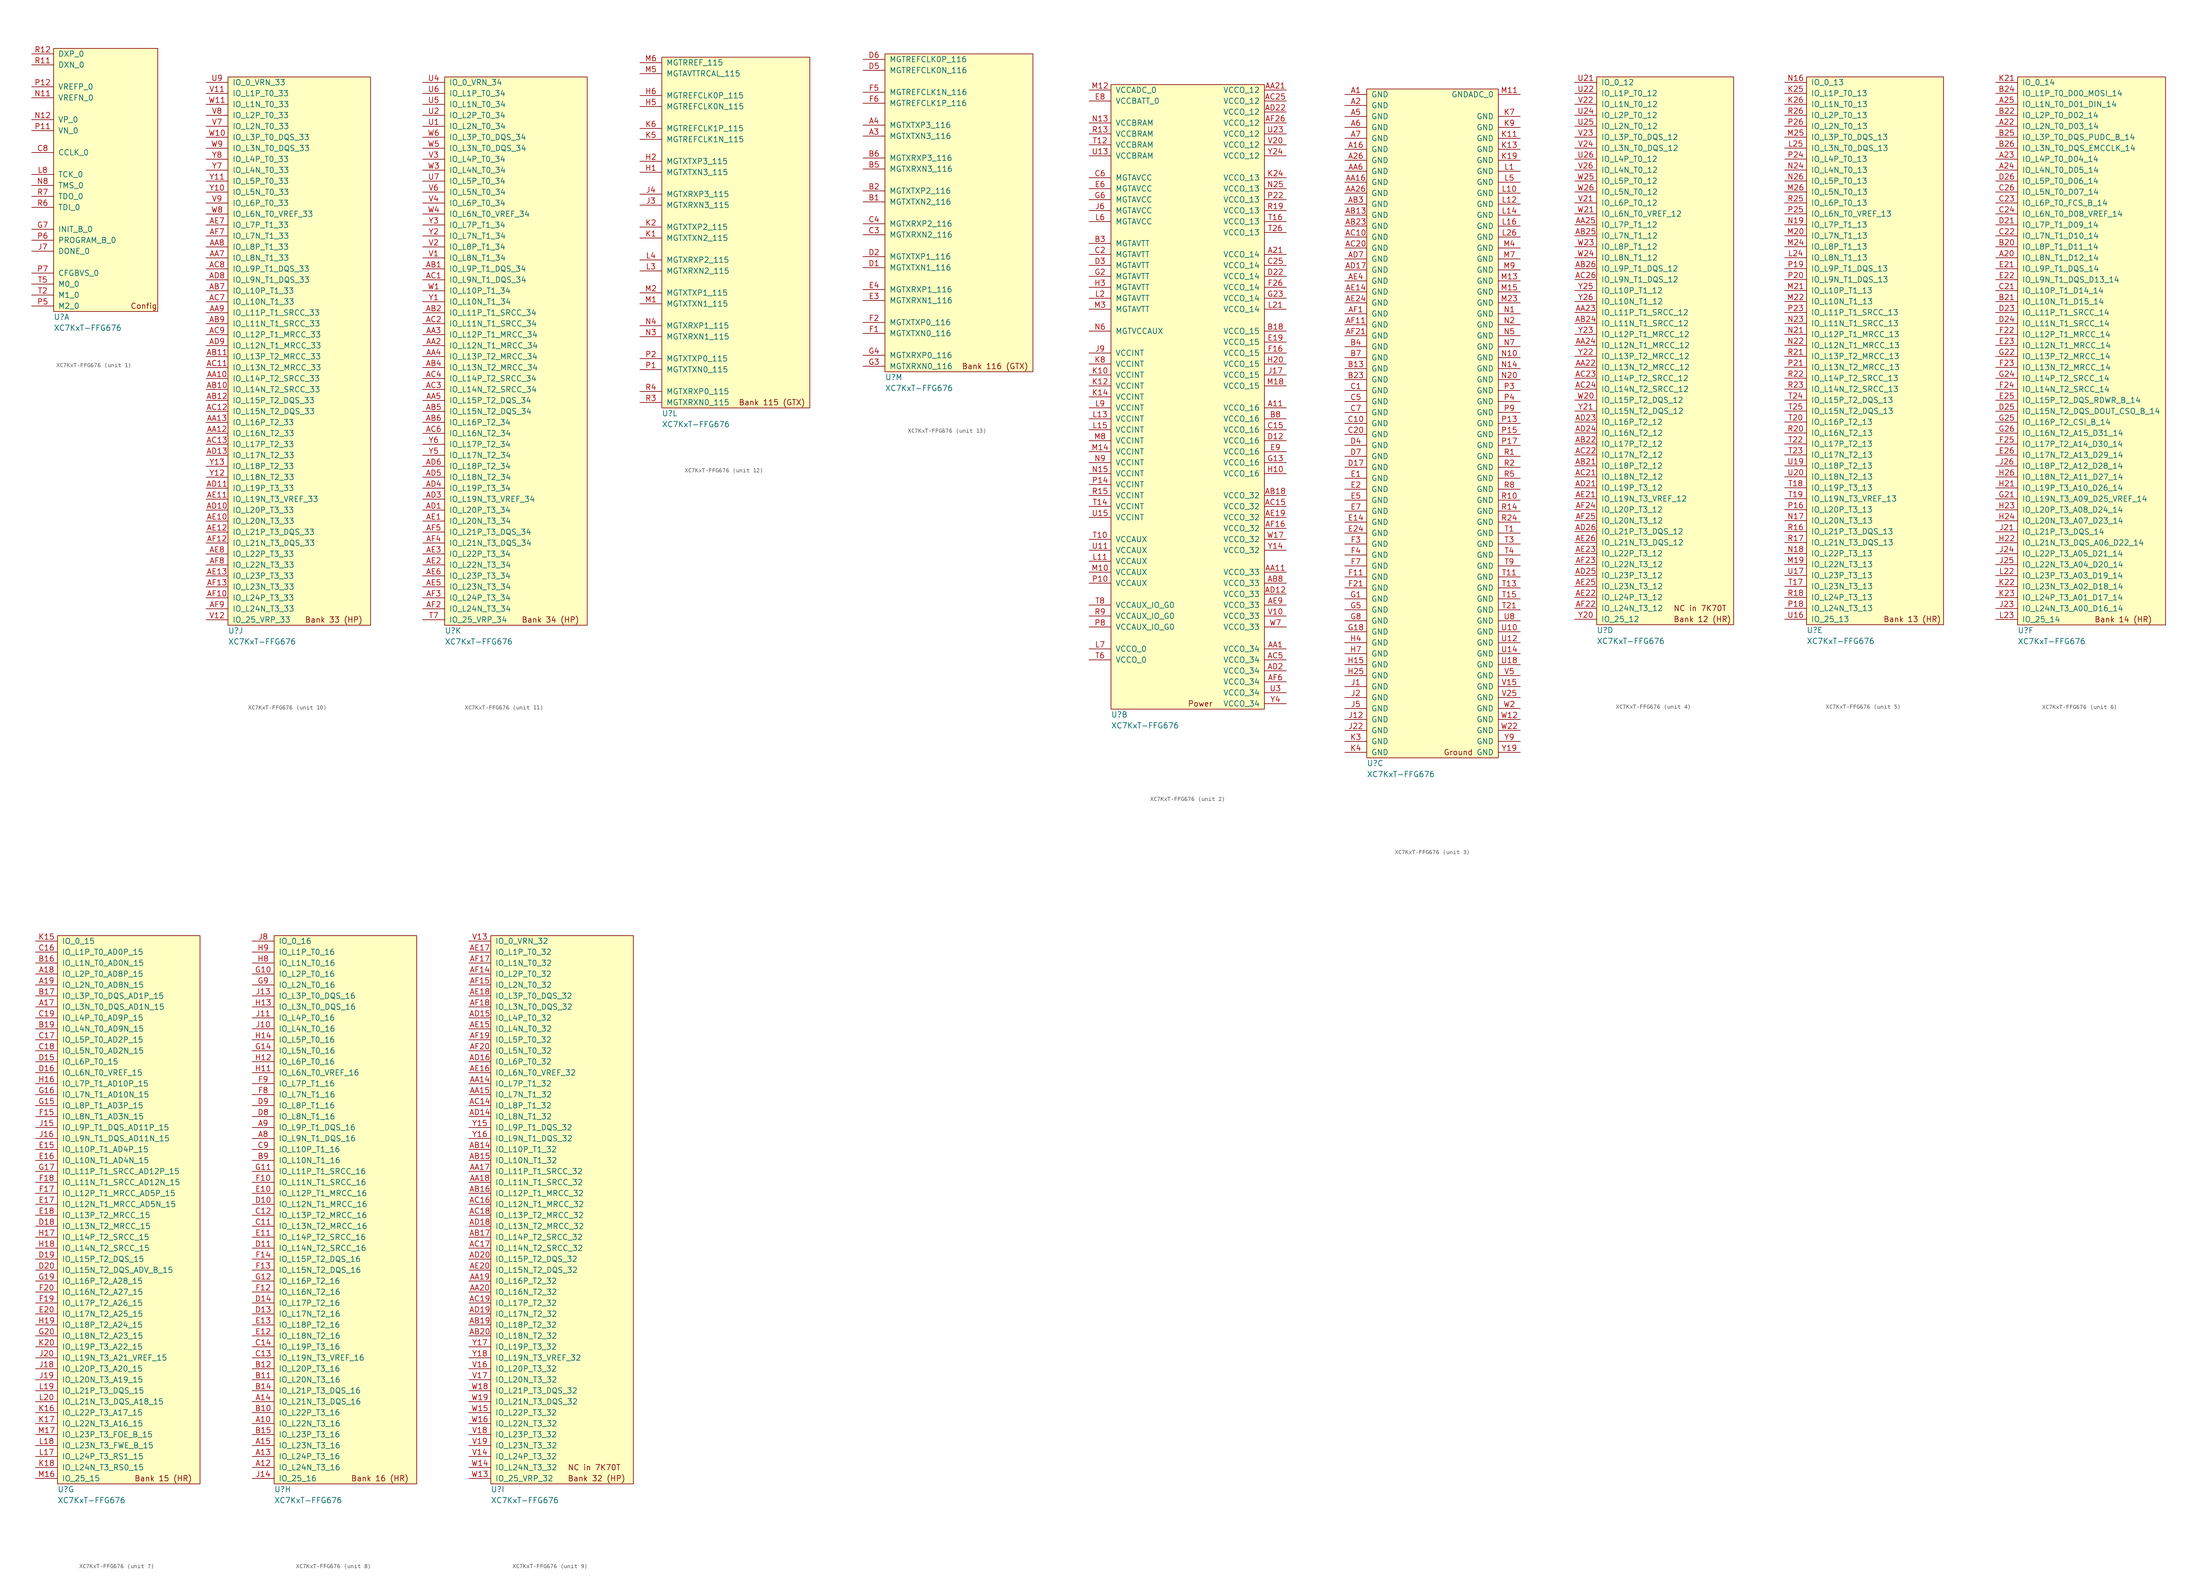
<source format=kicad_sym>
(kicad_symbol_lib
  (version 20211014)
  (generator kicad_symbol_editor)
  (symbol "XC7KxT-FFG676"
    (pin_names
      (offset 1.016))
    (property "Reference" "U"
      (at 0 -1.27 0)
      (effects (font (size 1.27 1.27)) (justify left)))
    (property "Value" "XC7KxT-FFG676"
      (at 0 -3.81 0)
      (effects (font (size 1.27 1.27)) (justify left)))
    (property "ki_locked" ""
      (at 0 0 0)
      (effects (font (size 1.27 1.27))))
    (symbol "XC7KxT-FFG676_1_0"
      (rectangle (start 0 60.96) (end 24.13 0) (stroke (width 0) (type default) (color 0 0 0 0)) (fill (type background)))
      (text "Config" (at 17.78 1.27 0) (effects (font (size 1.27 1.27)) (justify left))))
    (symbol "XC7KxT-FFG676_1_1"
      (pin power_out line (at -5.08 36.83 0) (length 5.08) (name "CCLK_0" (effects (font (size 1.27 1.27)))) (number "C8" (effects (font (size 1.27 1.27)))))
      (pin bidirectional line (at -5.08 19.05 0) (length 5.08) (name "INIT_B_0" (effects (font (size 1.27 1.27)))) (number "G7" (effects (font (size 1.27 1.27)))))
      (pin output line (at -5.08 13.97 0) (length 5.08) (name "DONE_0" (effects (font (size 1.27 1.27)))) (number "J7" (effects (font (size 1.27 1.27)))))
      (pin input line (at -5.08 31.75 0) (length 5.08) (name "TCK_0" (effects (font (size 1.27 1.27)))) (number "L8" (effects (font (size 1.27 1.27)))))
      (pin power_in line (at -5.08 49.53 0) (length 5.08) (name "VREFN_0" (effects (font (size 1.27 1.27)))) (number "N11" (effects (font (size 1.27 1.27)))))
      (pin input line (at -5.08 44.45 0) (length 5.08) (name "VP_0" (effects (font (size 1.27 1.27)))) (number "N12" (effects (font (size 1.27 1.27)))))
      (pin input line (at -5.08 29.21 0) (length 5.08) (name "TMS_0" (effects (font (size 1.27 1.27)))) (number "N8" (effects (font (size 1.27 1.27)))))
      (pin input line (at -5.08 41.91 0) (length 5.08) (name "VN_0" (effects (font (size 1.27 1.27)))) (number "P11" (effects (font (size 1.27 1.27)))))
      (pin power_in line (at -5.08 52.07 0) (length 5.08) (name "VREFP_0" (effects (font (size 1.27 1.27)))) (number "P12" (effects (font (size 1.27 1.27)))))
      (pin input line (at -5.08 1.27 0) (length 5.08) (name "M2_0" (effects (font (size 1.27 1.27)))) (number "P5" (effects (font (size 1.27 1.27)))))
      (pin input line (at -5.08 16.51 0) (length 5.08) (name "PROGRAM_B_0" (effects (font (size 1.27 1.27)))) (number "P6" (effects (font (size 1.27 1.27)))))
      (pin input line (at -5.08 8.89 0) (length 5.08) (name "CFGBVS_0" (effects (font (size 1.27 1.27)))) (number "P7" (effects (font (size 1.27 1.27)))))
      (pin passive line (at -5.08 57.15 0) (length 5.08) (name "DXN_0" (effects (font (size 1.27 1.27)))) (number "R11" (effects (font (size 1.27 1.27)))))
      (pin passive line (at -5.08 59.69 0) (length 5.08) (name "DXP_0" (effects (font (size 1.27 1.27)))) (number "R12" (effects (font (size 1.27 1.27)))))
      (pin input line (at -5.08 24.13 0) (length 5.08) (name "TDI_0" (effects (font (size 1.27 1.27)))) (number "R6" (effects (font (size 1.27 1.27)))))
      (pin output line (at -5.08 26.67 0) (length 5.08) (name "TDO_0" (effects (font (size 1.27 1.27)))) (number "R7" (effects (font (size 1.27 1.27)))))
      (pin input line (at -5.08 3.81 0) (length 5.08) (name "M1_0" (effects (font (size 1.27 1.27)))) (number "T2" (effects (font (size 1.27 1.27)))))
      (pin input line (at -5.08 6.35 0) (length 5.08) (name "M0_0" (effects (font (size 1.27 1.27)))) (number "T5" (effects (font (size 1.27 1.27))))))
    (symbol "XC7KxT-FFG676_2_0"
      (rectangle (start 0 144.78) (end 35.56 0) (stroke (width 0) (type default) (color 0 0 0 0)) (fill (type background)))
      (text "Power" (at 17.78 1.27 0) (effects (font (size 1.27 1.27)) (justify left))))
    (symbol "XC7KxT-FFG676_2_1"
      (pin power_in line (at 40.64 69.85 180) (length 5.08) (name "VCCO_16" (effects (font (size 1.27 1.27)))) (number "A11" (effects (font (size 1.27 1.27)))))
      (pin power_in line (at 40.64 105.41 180) (length 5.08) (name "VCCO_14" (effects (font (size 1.27 1.27)))) (number "A21" (effects (font (size 1.27 1.27)))))
      (pin power_in line (at 40.64 13.97 180) (length 5.08) (name "VCCO_34" (effects (font (size 1.27 1.27)))) (number "AA1" (effects (font (size 1.27 1.27)))))
      (pin power_in line (at 40.64 31.75 180) (length 5.08) (name "VCCO_33" (effects (font (size 1.27 1.27)))) (number "AA11" (effects (font (size 1.27 1.27)))))
      (pin power_in line (at 40.64 143.51 180) (length 5.08) (name "VCCO_12" (effects (font (size 1.27 1.27)))) (number "AA21" (effects (font (size 1.27 1.27)))))
      (pin power_in line (at 40.64 49.53 180) (length 5.08) (name "VCCO_32" (effects (font (size 1.27 1.27)))) (number "AB18" (effects (font (size 1.27 1.27)))))
      (pin power_in line (at 40.64 29.21 180) (length 5.08) (name "VCCO_33" (effects (font (size 1.27 1.27)))) (number "AB8" (effects (font (size 1.27 1.27)))))
      (pin power_in line (at 40.64 46.99 180) (length 5.08) (name "VCCO_32" (effects (font (size 1.27 1.27)))) (number "AC15" (effects (font (size 1.27 1.27)))))
      (pin power_in line (at 40.64 140.97 180) (length 5.08) (name "VCCO_12" (effects (font (size 1.27 1.27)))) (number "AC25" (effects (font (size 1.27 1.27)))))
      (pin power_in line (at 40.64 11.43 180) (length 5.08) (name "VCCO_34" (effects (font (size 1.27 1.27)))) (number "AC5" (effects (font (size 1.27 1.27)))))
      (pin power_in line (at 40.64 26.67 180) (length 5.08) (name "VCCO_33" (effects (font (size 1.27 1.27)))) (number "AD12" (effects (font (size 1.27 1.27)))))
      (pin power_in line (at 40.64 8.89 180) (length 5.08) (name "VCCO_34" (effects (font (size 1.27 1.27)))) (number "AD2" (effects (font (size 1.27 1.27)))))
      (pin power_in line (at 40.64 138.43 180) (length 5.08) (name "VCCO_12" (effects (font (size 1.27 1.27)))) (number "AD22" (effects (font (size 1.27 1.27)))))
      (pin power_in line (at 40.64 44.45 180) (length 5.08) (name "VCCO_32" (effects (font (size 1.27 1.27)))) (number "AE19" (effects (font (size 1.27 1.27)))))
      (pin power_in line (at 40.64 24.13 180) (length 5.08) (name "VCCO_33" (effects (font (size 1.27 1.27)))) (number "AE9" (effects (font (size 1.27 1.27)))))
      (pin power_in line (at 40.64 41.91 180) (length 5.08) (name "VCCO_32" (effects (font (size 1.27 1.27)))) (number "AF16" (effects (font (size 1.27 1.27)))))
      (pin power_in line (at 40.64 135.89 180) (length 5.08) (name "VCCO_12" (effects (font (size 1.27 1.27)))) (number "AF26" (effects (font (size 1.27 1.27)))))
      (pin power_in line (at 40.64 6.35 180) (length 5.08) (name "VCCO_34" (effects (font (size 1.27 1.27)))) (number "AF6" (effects (font (size 1.27 1.27)))))
      (pin power_in line (at 40.64 87.63 180) (length 5.08) (name "VCCO_15" (effects (font (size 1.27 1.27)))) (number "B18" (effects (font (size 1.27 1.27)))))
      (pin power_in line (at -5.08 107.95 0) (length 5.08) (name "MGTAVTT" (effects (font (size 1.27 1.27)))) (number "B3" (effects (font (size 1.27 1.27)))))
      (pin power_in line (at 40.64 67.31 180) (length 5.08) (name "VCCO_16" (effects (font (size 1.27 1.27)))) (number "B8" (effects (font (size 1.27 1.27)))))
      (pin power_in line (at 40.64 64.77 180) (length 5.08) (name "VCCO_16" (effects (font (size 1.27 1.27)))) (number "C15" (effects (font (size 1.27 1.27)))))
      (pin power_in line (at -5.08 105.41 0) (length 5.08) (name "MGTAVTT" (effects (font (size 1.27 1.27)))) (number "C2" (effects (font (size 1.27 1.27)))))
      (pin power_in line (at 40.64 102.87 180) (length 5.08) (name "VCCO_14" (effects (font (size 1.27 1.27)))) (number "C25" (effects (font (size 1.27 1.27)))))
      (pin power_in line (at -5.08 123.19 0) (length 5.08) (name "MGTAVCC" (effects (font (size 1.27 1.27)))) (number "C6" (effects (font (size 1.27 1.27)))))
      (pin power_in line (at 40.64 62.23 180) (length 5.08) (name "VCCO_16" (effects (font (size 1.27 1.27)))) (number "D12" (effects (font (size 1.27 1.27)))))
      (pin power_in line (at 40.64 100.33 180) (length 5.08) (name "VCCO_14" (effects (font (size 1.27 1.27)))) (number "D22" (effects (font (size 1.27 1.27)))))
      (pin power_in line (at -5.08 102.87 0) (length 5.08) (name "MGTAVTT" (effects (font (size 1.27 1.27)))) (number "D3" (effects (font (size 1.27 1.27)))))
      (pin power_in line (at 40.64 85.09 180) (length 5.08) (name "VCCO_15" (effects (font (size 1.27 1.27)))) (number "E19" (effects (font (size 1.27 1.27)))))
      (pin power_in line (at -5.08 120.65 0) (length 5.08) (name "MGTAVCC" (effects (font (size 1.27 1.27)))) (number "E6" (effects (font (size 1.27 1.27)))))
      (pin power_in line (at -5.08 140.97 0) (length 5.08) (name "VCCBATT_0" (effects (font (size 1.27 1.27)))) (number "E8" (effects (font (size 1.27 1.27)))))
      (pin power_in line (at 40.64 59.69 180) (length 5.08) (name "VCCO_16" (effects (font (size 1.27 1.27)))) (number "E9" (effects (font (size 1.27 1.27)))))
      (pin power_in line (at 40.64 82.55 180) (length 5.08) (name "VCCO_15" (effects (font (size 1.27 1.27)))) (number "F16" (effects (font (size 1.27 1.27)))))
      (pin power_in line (at 40.64 97.79 180) (length 5.08) (name "VCCO_14" (effects (font (size 1.27 1.27)))) (number "F26" (effects (font (size 1.27 1.27)))))
      (pin power_in line (at 40.64 57.15 180) (length 5.08) (name "VCCO_16" (effects (font (size 1.27 1.27)))) (number "G13" (effects (font (size 1.27 1.27)))))
      (pin power_in line (at -5.08 100.33 0) (length 5.08) (name "MGTAVTT" (effects (font (size 1.27 1.27)))) (number "G2" (effects (font (size 1.27 1.27)))))
      (pin power_in line (at 40.64 95.25 180) (length 5.08) (name "VCCO_14" (effects (font (size 1.27 1.27)))) (number "G23" (effects (font (size 1.27 1.27)))))
      (pin power_in line (at -5.08 118.11 0) (length 5.08) (name "MGTAVCC" (effects (font (size 1.27 1.27)))) (number "G6" (effects (font (size 1.27 1.27)))))
      (pin power_in line (at 40.64 54.61 180) (length 5.08) (name "VCCO_16" (effects (font (size 1.27 1.27)))) (number "H10" (effects (font (size 1.27 1.27)))))
      (pin power_in line (at 40.64 80.01 180) (length 5.08) (name "VCCO_15" (effects (font (size 1.27 1.27)))) (number "H20" (effects (font (size 1.27 1.27)))))
      (pin power_in line (at -5.08 97.79 0) (length 5.08) (name "MGTAVTT" (effects (font (size 1.27 1.27)))) (number "H3" (effects (font (size 1.27 1.27)))))
      (pin power_in line (at 40.64 77.47 180) (length 5.08) (name "VCCO_15" (effects (font (size 1.27 1.27)))) (number "J17" (effects (font (size 1.27 1.27)))))
      (pin power_in line (at -5.08 115.57 0) (length 5.08) (name "MGTAVCC" (effects (font (size 1.27 1.27)))) (number "J6" (effects (font (size 1.27 1.27)))))
      (pin power_in line (at -5.08 82.55 0) (length 5.08) (name "VCCINT" (effects (font (size 1.27 1.27)))) (number "J9" (effects (font (size 1.27 1.27)))))
      (pin power_in line (at -5.08 77.47 0) (length 5.08) (name "VCCINT" (effects (font (size 1.27 1.27)))) (number "K10" (effects (font (size 1.27 1.27)))))
      (pin power_in line (at -5.08 74.93 0) (length 5.08) (name "VCCINT" (effects (font (size 1.27 1.27)))) (number "K12" (effects (font (size 1.27 1.27)))))
      (pin power_in line (at -5.08 72.39 0) (length 5.08) (name "VCCINT" (effects (font (size 1.27 1.27)))) (number "K14" (effects (font (size 1.27 1.27)))))
      (pin power_in line (at 40.64 123.19 180) (length 5.08) (name "VCCO_13" (effects (font (size 1.27 1.27)))) (number "K24" (effects (font (size 1.27 1.27)))))
      (pin power_in line (at -5.08 80.01 0) (length 5.08) (name "VCCINT" (effects (font (size 1.27 1.27)))) (number "K8" (effects (font (size 1.27 1.27)))))
      (pin power_in line (at -5.08 34.29 0) (length 5.08) (name "VCCAUX" (effects (font (size 1.27 1.27)))) (number "L11" (effects (font (size 1.27 1.27)))))
      (pin power_in line (at -5.08 67.31 0) (length 5.08) (name "VCCINT" (effects (font (size 1.27 1.27)))) (number "L13" (effects (font (size 1.27 1.27)))))
      (pin power_in line (at -5.08 64.77 0) (length 5.08) (name "VCCINT" (effects (font (size 1.27 1.27)))) (number "L15" (effects (font (size 1.27 1.27)))))
      (pin power_in line (at -5.08 95.25 0) (length 5.08) (name "MGTAVTT" (effects (font (size 1.27 1.27)))) (number "L2" (effects (font (size 1.27 1.27)))))
      (pin power_in line (at 40.64 92.71 180) (length 5.08) (name "VCCO_14" (effects (font (size 1.27 1.27)))) (number "L21" (effects (font (size 1.27 1.27)))))
      (pin power_in line (at -5.08 113.03 0) (length 5.08) (name "MGTAVCC" (effects (font (size 1.27 1.27)))) (number "L6" (effects (font (size 1.27 1.27)))))
      (pin power_in line (at -5.08 13.97 0) (length 5.08) (name "VCCO_0" (effects (font (size 1.27 1.27)))) (number "L7" (effects (font (size 1.27 1.27)))))
      (pin power_in line (at -5.08 69.85 0) (length 5.08) (name "VCCINT" (effects (font (size 1.27 1.27)))) (number "L9" (effects (font (size 1.27 1.27)))))
      (pin power_in line (at -5.08 31.75 0) (length 5.08) (name "VCCAUX" (effects (font (size 1.27 1.27)))) (number "M10" (effects (font (size 1.27 1.27)))))
      (pin power_in line (at -5.08 143.51 0) (length 5.08) (name "VCCADC_0" (effects (font (size 1.27 1.27)))) (number "M12" (effects (font (size 1.27 1.27)))))
      (pin power_in line (at -5.08 59.69 0) (length 5.08) (name "VCCINT" (effects (font (size 1.27 1.27)))) (number "M14" (effects (font (size 1.27 1.27)))))
      (pin power_in line (at 40.64 74.93 180) (length 5.08) (name "VCCO_15" (effects (font (size 1.27 1.27)))) (number "M18" (effects (font (size 1.27 1.27)))))
      (pin power_in line (at -5.08 92.71 0) (length 5.08) (name "MGTAVTT" (effects (font (size 1.27 1.27)))) (number "M3" (effects (font (size 1.27 1.27)))))
      (pin power_in line (at -5.08 62.23 0) (length 5.08) (name "VCCINT" (effects (font (size 1.27 1.27)))) (number "M8" (effects (font (size 1.27 1.27)))))
      (pin power_in line (at -5.08 135.89 0) (length 5.08) (name "VCCBRAM" (effects (font (size 1.27 1.27)))) (number "N13" (effects (font (size 1.27 1.27)))))
      (pin power_in line (at -5.08 54.61 0) (length 5.08) (name "VCCINT" (effects (font (size 1.27 1.27)))) (number "N15" (effects (font (size 1.27 1.27)))))
      (pin power_in line (at 40.64 120.65 180) (length 5.08) (name "VCCO_13" (effects (font (size 1.27 1.27)))) (number "N25" (effects (font (size 1.27 1.27)))))
      (pin power_in line (at -5.08 87.63 0) (length 5.08) (name "MGTVCCAUX" (effects (font (size 1.27 1.27)))) (number "N6" (effects (font (size 1.27 1.27)))))
      (pin power_in line (at -5.08 57.15 0) (length 5.08) (name "VCCINT" (effects (font (size 1.27 1.27)))) (number "N9" (effects (font (size 1.27 1.27)))))
      (pin power_in line (at -5.08 29.21 0) (length 5.08) (name "VCCAUX" (effects (font (size 1.27 1.27)))) (number "P10" (effects (font (size 1.27 1.27)))))
      (pin power_in line (at -5.08 52.07 0) (length 5.08) (name "VCCINT" (effects (font (size 1.27 1.27)))) (number "P14" (effects (font (size 1.27 1.27)))))
      (pin power_in line (at 40.64 118.11 180) (length 5.08) (name "VCCO_13" (effects (font (size 1.27 1.27)))) (number "P22" (effects (font (size 1.27 1.27)))))
      (pin power_in line (at -5.08 19.05 0) (length 5.08) (name "VCCAUX_IO_G0" (effects (font (size 1.27 1.27)))) (number "P8" (effects (font (size 1.27 1.27)))))
      (pin power_in line (at -5.08 133.35 0) (length 5.08) (name "VCCBRAM" (effects (font (size 1.27 1.27)))) (number "R13" (effects (font (size 1.27 1.27)))))
      (pin power_in line (at -5.08 49.53 0) (length 5.08) (name "VCCINT" (effects (font (size 1.27 1.27)))) (number "R15" (effects (font (size 1.27 1.27)))))
      (pin power_in line (at 40.64 115.57 180) (length 5.08) (name "VCCO_13" (effects (font (size 1.27 1.27)))) (number "R19" (effects (font (size 1.27 1.27)))))
      (pin power_in line (at -5.08 21.59 0) (length 5.08) (name "VCCAUX_IO_G0" (effects (font (size 1.27 1.27)))) (number "R9" (effects (font (size 1.27 1.27)))))
      (pin power_in line (at -5.08 39.37 0) (length 5.08) (name "VCCAUX" (effects (font (size 1.27 1.27)))) (number "T10" (effects (font (size 1.27 1.27)))))
      (pin power_in line (at -5.08 130.81 0) (length 5.08) (name "VCCBRAM" (effects (font (size 1.27 1.27)))) (number "T12" (effects (font (size 1.27 1.27)))))
      (pin power_in line (at -5.08 46.99 0) (length 5.08) (name "VCCINT" (effects (font (size 1.27 1.27)))) (number "T14" (effects (font (size 1.27 1.27)))))
      (pin power_in line (at 40.64 113.03 180) (length 5.08) (name "VCCO_13" (effects (font (size 1.27 1.27)))) (number "T16" (effects (font (size 1.27 1.27)))))
      (pin power_in line (at 40.64 110.49 180) (length 5.08) (name "VCCO_13" (effects (font (size 1.27 1.27)))) (number "T26" (effects (font (size 1.27 1.27)))))
      (pin power_in line (at -5.08 11.43 0) (length 5.08) (name "VCCO_0" (effects (font (size 1.27 1.27)))) (number "T6" (effects (font (size 1.27 1.27)))))
      (pin power_in line (at -5.08 24.13 0) (length 5.08) (name "VCCAUX_IO_G0" (effects (font (size 1.27 1.27)))) (number "T8" (effects (font (size 1.27 1.27)))))
      (pin power_in line (at -5.08 36.83 0) (length 5.08) (name "VCCAUX" (effects (font (size 1.27 1.27)))) (number "U11" (effects (font (size 1.27 1.27)))))
      (pin power_in line (at -5.08 128.27 0) (length 5.08) (name "VCCBRAM" (effects (font (size 1.27 1.27)))) (number "U13" (effects (font (size 1.27 1.27)))))
      (pin power_in line (at -5.08 44.45 0) (length 5.08) (name "VCCINT" (effects (font (size 1.27 1.27)))) (number "U15" (effects (font (size 1.27 1.27)))))
      (pin power_in line (at 40.64 133.35 180) (length 5.08) (name "VCCO_12" (effects (font (size 1.27 1.27)))) (number "U23" (effects (font (size 1.27 1.27)))))
      (pin power_in line (at 40.64 3.81 180) (length 5.08) (name "VCCO_34" (effects (font (size 1.27 1.27)))) (number "U3" (effects (font (size 1.27 1.27)))))
      (pin power_in line (at 40.64 21.59 180) (length 5.08) (name "VCCO_33" (effects (font (size 1.27 1.27)))) (number "V10" (effects (font (size 1.27 1.27)))))
      (pin power_in line (at 40.64 130.81 180) (length 5.08) (name "VCCO_12" (effects (font (size 1.27 1.27)))) (number "V20" (effects (font (size 1.27 1.27)))))
      (pin power_in line (at 40.64 39.37 180) (length 5.08) (name "VCCO_32" (effects (font (size 1.27 1.27)))) (number "W17" (effects (font (size 1.27 1.27)))))
      (pin power_in line (at 40.64 19.05 180) (length 5.08) (name "VCCO_33" (effects (font (size 1.27 1.27)))) (number "W7" (effects (font (size 1.27 1.27)))))
      (pin power_in line (at 40.64 36.83 180) (length 5.08) (name "VCCO_32" (effects (font (size 1.27 1.27)))) (number "Y14" (effects (font (size 1.27 1.27)))))
      (pin power_in line (at 40.64 128.27 180) (length 5.08) (name "VCCO_12" (effects (font (size 1.27 1.27)))) (number "Y24" (effects (font (size 1.27 1.27)))))
      (pin power_in line (at 40.64 1.27 180) (length 5.08) (name "VCCO_34" (effects (font (size 1.27 1.27)))) (number "Y4" (effects (font (size 1.27 1.27))))))
    (symbol "XC7KxT-FFG676_3_0"
      (rectangle (start 0 154.94) (end 30.48 0) (stroke (width 0) (type default) (color 0 0 0 0)) (fill (type background)))
      (text "Ground" (at 17.78 1.27 0) (effects (font (size 1.27 1.27)) (justify left))))
    (symbol "XC7KxT-FFG676_3_1"
      (pin power_in line (at -5.08 153.67 0) (length 5.08) (name "GND" (effects (font (size 1.27 1.27)))) (number "A1" (effects (font (size 1.27 1.27)))))
      (pin power_in line (at -5.08 140.97 0) (length 5.08) (name "GND" (effects (font (size 1.27 1.27)))) (number "A16" (effects (font (size 1.27 1.27)))))
      (pin power_in line (at -5.08 151.13 0) (length 5.08) (name "GND" (effects (font (size 1.27 1.27)))) (number "A2" (effects (font (size 1.27 1.27)))))
      (pin power_in line (at -5.08 138.43 0) (length 5.08) (name "GND" (effects (font (size 1.27 1.27)))) (number "A26" (effects (font (size 1.27 1.27)))))
      (pin power_in line (at -5.08 148.59 0) (length 5.08) (name "GND" (effects (font (size 1.27 1.27)))) (number "A5" (effects (font (size 1.27 1.27)))))
      (pin power_in line (at -5.08 146.05 0) (length 5.08) (name "GND" (effects (font (size 1.27 1.27)))) (number "A6" (effects (font (size 1.27 1.27)))))
      (pin power_in line (at -5.08 143.51 0) (length 5.08) (name "GND" (effects (font (size 1.27 1.27)))) (number "A7" (effects (font (size 1.27 1.27)))))
      (pin power_in line (at -5.08 133.35 0) (length 5.08) (name "GND" (effects (font (size 1.27 1.27)))) (number "AA16" (effects (font (size 1.27 1.27)))))
      (pin power_in line (at -5.08 130.81 0) (length 5.08) (name "GND" (effects (font (size 1.27 1.27)))) (number "AA26" (effects (font (size 1.27 1.27)))))
      (pin power_in line (at -5.08 135.89 0) (length 5.08) (name "GND" (effects (font (size 1.27 1.27)))) (number "AA6" (effects (font (size 1.27 1.27)))))
      (pin power_in line (at -5.08 125.73 0) (length 5.08) (name "GND" (effects (font (size 1.27 1.27)))) (number "AB13" (effects (font (size 1.27 1.27)))))
      (pin power_in line (at -5.08 123.19 0) (length 5.08) (name "GND" (effects (font (size 1.27 1.27)))) (number "AB23" (effects (font (size 1.27 1.27)))))
      (pin power_in line (at -5.08 128.27 0) (length 5.08) (name "GND" (effects (font (size 1.27 1.27)))) (number "AB3" (effects (font (size 1.27 1.27)))))
      (pin power_in line (at -5.08 120.65 0) (length 5.08) (name "GND" (effects (font (size 1.27 1.27)))) (number "AC10" (effects (font (size 1.27 1.27)))))
      (pin power_in line (at -5.08 118.11 0) (length 5.08) (name "GND" (effects (font (size 1.27 1.27)))) (number "AC20" (effects (font (size 1.27 1.27)))))
      (pin power_in line (at -5.08 113.03 0) (length 5.08) (name "GND" (effects (font (size 1.27 1.27)))) (number "AD17" (effects (font (size 1.27 1.27)))))
      (pin power_in line (at -5.08 115.57 0) (length 5.08) (name "GND" (effects (font (size 1.27 1.27)))) (number "AD7" (effects (font (size 1.27 1.27)))))
      (pin power_in line (at -5.08 107.95 0) (length 5.08) (name "GND" (effects (font (size 1.27 1.27)))) (number "AE14" (effects (font (size 1.27 1.27)))))
      (pin power_in line (at -5.08 105.41 0) (length 5.08) (name "GND" (effects (font (size 1.27 1.27)))) (number "AE24" (effects (font (size 1.27 1.27)))))
      (pin power_in line (at -5.08 110.49 0) (length 5.08) (name "GND" (effects (font (size 1.27 1.27)))) (number "AE4" (effects (font (size 1.27 1.27)))))
      (pin power_in line (at -5.08 102.87 0) (length 5.08) (name "GND" (effects (font (size 1.27 1.27)))) (number "AF1" (effects (font (size 1.27 1.27)))))
      (pin power_in line (at -5.08 100.33 0) (length 5.08) (name "GND" (effects (font (size 1.27 1.27)))) (number "AF11" (effects (font (size 1.27 1.27)))))
      (pin power_in line (at -5.08 97.79 0) (length 5.08) (name "GND" (effects (font (size 1.27 1.27)))) (number "AF21" (effects (font (size 1.27 1.27)))))
      (pin power_in line (at -5.08 90.17 0) (length 5.08) (name "GND" (effects (font (size 1.27 1.27)))) (number "B13" (effects (font (size 1.27 1.27)))))
      (pin power_in line (at -5.08 87.63 0) (length 5.08) (name "GND" (effects (font (size 1.27 1.27)))) (number "B23" (effects (font (size 1.27 1.27)))))
      (pin power_in line (at -5.08 95.25 0) (length 5.08) (name "GND" (effects (font (size 1.27 1.27)))) (number "B4" (effects (font (size 1.27 1.27)))))
      (pin power_in line (at -5.08 92.71 0) (length 5.08) (name "GND" (effects (font (size 1.27 1.27)))) (number "B7" (effects (font (size 1.27 1.27)))))
      (pin power_in line (at -5.08 85.09 0) (length 5.08) (name "GND" (effects (font (size 1.27 1.27)))) (number "C1" (effects (font (size 1.27 1.27)))))
      (pin power_in line (at -5.08 77.47 0) (length 5.08) (name "GND" (effects (font (size 1.27 1.27)))) (number "C10" (effects (font (size 1.27 1.27)))))
      (pin power_in line (at -5.08 74.93 0) (length 5.08) (name "GND" (effects (font (size 1.27 1.27)))) (number "C20" (effects (font (size 1.27 1.27)))))
      (pin power_in line (at -5.08 82.55 0) (length 5.08) (name "GND" (effects (font (size 1.27 1.27)))) (number "C5" (effects (font (size 1.27 1.27)))))
      (pin power_in line (at -5.08 80.01 0) (length 5.08) (name "GND" (effects (font (size 1.27 1.27)))) (number "C7" (effects (font (size 1.27 1.27)))))
      (pin power_in line (at -5.08 67.31 0) (length 5.08) (name "GND" (effects (font (size 1.27 1.27)))) (number "D17" (effects (font (size 1.27 1.27)))))
      (pin power_in line (at -5.08 72.39 0) (length 5.08) (name "GND" (effects (font (size 1.27 1.27)))) (number "D4" (effects (font (size 1.27 1.27)))))
      (pin power_in line (at -5.08 69.85 0) (length 5.08) (name "GND" (effects (font (size 1.27 1.27)))) (number "D7" (effects (font (size 1.27 1.27)))))
      (pin power_in line (at -5.08 64.77 0) (length 5.08) (name "GND" (effects (font (size 1.27 1.27)))) (number "E1" (effects (font (size 1.27 1.27)))))
      (pin power_in line (at -5.08 54.61 0) (length 5.08) (name "GND" (effects (font (size 1.27 1.27)))) (number "E14" (effects (font (size 1.27 1.27)))))
      (pin power_in line (at -5.08 62.23 0) (length 5.08) (name "GND" (effects (font (size 1.27 1.27)))) (number "E2" (effects (font (size 1.27 1.27)))))
      (pin power_in line (at -5.08 52.07 0) (length 5.08) (name "GND" (effects (font (size 1.27 1.27)))) (number "E24" (effects (font (size 1.27 1.27)))))
      (pin power_in line (at -5.08 59.69 0) (length 5.08) (name "GND" (effects (font (size 1.27 1.27)))) (number "E5" (effects (font (size 1.27 1.27)))))
      (pin power_in line (at -5.08 57.15 0) (length 5.08) (name "GND" (effects (font (size 1.27 1.27)))) (number "E7" (effects (font (size 1.27 1.27)))))
      (pin power_in line (at -5.08 41.91 0) (length 5.08) (name "GND" (effects (font (size 1.27 1.27)))) (number "F11" (effects (font (size 1.27 1.27)))))
      (pin power_in line (at -5.08 39.37 0) (length 5.08) (name "GND" (effects (font (size 1.27 1.27)))) (number "F21" (effects (font (size 1.27 1.27)))))
      (pin power_in line (at -5.08 49.53 0) (length 5.08) (name "GND" (effects (font (size 1.27 1.27)))) (number "F3" (effects (font (size 1.27 1.27)))))
      (pin power_in line (at -5.08 46.99 0) (length 5.08) (name "GND" (effects (font (size 1.27 1.27)))) (number "F4" (effects (font (size 1.27 1.27)))))
      (pin power_in line (at -5.08 44.45 0) (length 5.08) (name "GND" (effects (font (size 1.27 1.27)))) (number "F7" (effects (font (size 1.27 1.27)))))
      (pin power_in line (at -5.08 36.83 0) (length 5.08) (name "GND" (effects (font (size 1.27 1.27)))) (number "G1" (effects (font (size 1.27 1.27)))))
      (pin power_in line (at -5.08 29.21 0) (length 5.08) (name "GND" (effects (font (size 1.27 1.27)))) (number "G18" (effects (font (size 1.27 1.27)))))
      (pin power_in line (at -5.08 34.29 0) (length 5.08) (name "GND" (effects (font (size 1.27 1.27)))) (number "G5" (effects (font (size 1.27 1.27)))))
      (pin power_in line (at -5.08 31.75 0) (length 5.08) (name "GND" (effects (font (size 1.27 1.27)))) (number "G8" (effects (font (size 1.27 1.27)))))
      (pin power_in line (at -5.08 21.59 0) (length 5.08) (name "GND" (effects (font (size 1.27 1.27)))) (number "H15" (effects (font (size 1.27 1.27)))))
      (pin power_in line (at -5.08 19.05 0) (length 5.08) (name "GND" (effects (font (size 1.27 1.27)))) (number "H25" (effects (font (size 1.27 1.27)))))
      (pin power_in line (at -5.08 26.67 0) (length 5.08) (name "GND" (effects (font (size 1.27 1.27)))) (number "H4" (effects (font (size 1.27 1.27)))))
      (pin power_in line (at -5.08 24.13 0) (length 5.08) (name "GND" (effects (font (size 1.27 1.27)))) (number "H7" (effects (font (size 1.27 1.27)))))
      (pin power_in line (at -5.08 16.51 0) (length 5.08) (name "GND" (effects (font (size 1.27 1.27)))) (number "J1" (effects (font (size 1.27 1.27)))))
      (pin power_in line (at -5.08 8.89 0) (length 5.08) (name "GND" (effects (font (size 1.27 1.27)))) (number "J12" (effects (font (size 1.27 1.27)))))
      (pin power_in line (at -5.08 13.97 0) (length 5.08) (name "GND" (effects (font (size 1.27 1.27)))) (number "J2" (effects (font (size 1.27 1.27)))))
      (pin power_in line (at -5.08 6.35 0) (length 5.08) (name "GND" (effects (font (size 1.27 1.27)))) (number "J22" (effects (font (size 1.27 1.27)))))
      (pin power_in line (at -5.08 11.43 0) (length 5.08) (name "GND" (effects (font (size 1.27 1.27)))) (number "J5" (effects (font (size 1.27 1.27)))))
      (pin power_in line (at 35.56 143.51 180) (length 5.08) (name "GND" (effects (font (size 1.27 1.27)))) (number "K11" (effects (font (size 1.27 1.27)))))
      (pin power_in line (at 35.56 140.97 180) (length 5.08) (name "GND" (effects (font (size 1.27 1.27)))) (number "K13" (effects (font (size 1.27 1.27)))))
      (pin power_in line (at 35.56 138.43 180) (length 5.08) (name "GND" (effects (font (size 1.27 1.27)))) (number "K19" (effects (font (size 1.27 1.27)))))
      (pin power_in line (at -5.08 3.81 0) (length 5.08) (name "GND" (effects (font (size 1.27 1.27)))) (number "K3" (effects (font (size 1.27 1.27)))))
      (pin power_in line (at -5.08 1.27 0) (length 5.08) (name "GND" (effects (font (size 1.27 1.27)))) (number "K4" (effects (font (size 1.27 1.27)))))
      (pin power_in line (at 35.56 148.59 180) (length 5.08) (name "GND" (effects (font (size 1.27 1.27)))) (number "K7" (effects (font (size 1.27 1.27)))))
      (pin power_in line (at 35.56 146.05 180) (length 5.08) (name "GND" (effects (font (size 1.27 1.27)))) (number "K9" (effects (font (size 1.27 1.27)))))
      (pin power_in line (at 35.56 135.89 180) (length 5.08) (name "GND" (effects (font (size 1.27 1.27)))) (number "L1" (effects (font (size 1.27 1.27)))))
      (pin power_in line (at 35.56 130.81 180) (length 5.08) (name "GND" (effects (font (size 1.27 1.27)))) (number "L10" (effects (font (size 1.27 1.27)))))
      (pin power_in line (at 35.56 128.27 180) (length 5.08) (name "GND" (effects (font (size 1.27 1.27)))) (number "L12" (effects (font (size 1.27 1.27)))))
      (pin power_in line (at 35.56 125.73 180) (length 5.08) (name "GND" (effects (font (size 1.27 1.27)))) (number "L14" (effects (font (size 1.27 1.27)))))
      (pin power_in line (at 35.56 123.19 180) (length 5.08) (name "GND" (effects (font (size 1.27 1.27)))) (number "L16" (effects (font (size 1.27 1.27)))))
      (pin power_in line (at 35.56 120.65 180) (length 5.08) (name "GND" (effects (font (size 1.27 1.27)))) (number "L26" (effects (font (size 1.27 1.27)))))
      (pin power_in line (at 35.56 133.35 180) (length 5.08) (name "GND" (effects (font (size 1.27 1.27)))) (number "L5" (effects (font (size 1.27 1.27)))))
      (pin power_in line (at 35.56 153.67 180) (length 5.08) (name "GNDADC_0" (effects (font (size 1.27 1.27)))) (number "M11" (effects (font (size 1.27 1.27)))))
      (pin power_in line (at 35.56 110.49 180) (length 5.08) (name "GND" (effects (font (size 1.27 1.27)))) (number "M13" (effects (font (size 1.27 1.27)))))
      (pin power_in line (at 35.56 107.95 180) (length 5.08) (name "GND" (effects (font (size 1.27 1.27)))) (number "M15" (effects (font (size 1.27 1.27)))))
      (pin power_in line (at 35.56 105.41 180) (length 5.08) (name "GND" (effects (font (size 1.27 1.27)))) (number "M23" (effects (font (size 1.27 1.27)))))
      (pin power_in line (at 35.56 118.11 180) (length 5.08) (name "GND" (effects (font (size 1.27 1.27)))) (number "M4" (effects (font (size 1.27 1.27)))))
      (pin power_in line (at 35.56 115.57 180) (length 5.08) (name "GND" (effects (font (size 1.27 1.27)))) (number "M7" (effects (font (size 1.27 1.27)))))
      (pin power_in line (at 35.56 113.03 180) (length 5.08) (name "GND" (effects (font (size 1.27 1.27)))) (number "M9" (effects (font (size 1.27 1.27)))))
      (pin power_in line (at 35.56 102.87 180) (length 5.08) (name "GND" (effects (font (size 1.27 1.27)))) (number "N1" (effects (font (size 1.27 1.27)))))
      (pin power_in line (at 35.56 92.71 180) (length 5.08) (name "GND" (effects (font (size 1.27 1.27)))) (number "N10" (effects (font (size 1.27 1.27)))))
      (pin power_in line (at 35.56 90.17 180) (length 5.08) (name "GND" (effects (font (size 1.27 1.27)))) (number "N14" (effects (font (size 1.27 1.27)))))
      (pin power_in line (at 35.56 100.33 180) (length 5.08) (name "GND" (effects (font (size 1.27 1.27)))) (number "N2" (effects (font (size 1.27 1.27)))))
      (pin power_in line (at 35.56 87.63 180) (length 5.08) (name "GND" (effects (font (size 1.27 1.27)))) (number "N20" (effects (font (size 1.27 1.27)))))
      (pin power_in line (at 35.56 97.79 180) (length 5.08) (name "GND" (effects (font (size 1.27 1.27)))) (number "N5" (effects (font (size 1.27 1.27)))))
      (pin power_in line (at 35.56 95.25 180) (length 5.08) (name "GND" (effects (font (size 1.27 1.27)))) (number "N7" (effects (font (size 1.27 1.27)))))
      (pin power_in line (at 35.56 77.47 180) (length 5.08) (name "GND" (effects (font (size 1.27 1.27)))) (number "P13" (effects (font (size 1.27 1.27)))))
      (pin power_in line (at 35.56 74.93 180) (length 5.08) (name "GND" (effects (font (size 1.27 1.27)))) (number "P15" (effects (font (size 1.27 1.27)))))
      (pin power_in line (at 35.56 72.39 180) (length 5.08) (name "GND" (effects (font (size 1.27 1.27)))) (number "P17" (effects (font (size 1.27 1.27)))))
      (pin power_in line (at 35.56 85.09 180) (length 5.08) (name "GND" (effects (font (size 1.27 1.27)))) (number "P3" (effects (font (size 1.27 1.27)))))
      (pin power_in line (at 35.56 82.55 180) (length 5.08) (name "GND" (effects (font (size 1.27 1.27)))) (number "P4" (effects (font (size 1.27 1.27)))))
      (pin power_in line (at 35.56 80.01 180) (length 5.08) (name "GND" (effects (font (size 1.27 1.27)))) (number "P9" (effects (font (size 1.27 1.27)))))
      (pin power_in line (at 35.56 69.85 180) (length 5.08) (name "GND" (effects (font (size 1.27 1.27)))) (number "R1" (effects (font (size 1.27 1.27)))))
      (pin power_in line (at 35.56 59.69 180) (length 5.08) (name "GND" (effects (font (size 1.27 1.27)))) (number "R10" (effects (font (size 1.27 1.27)))))
      (pin power_in line (at 35.56 57.15 180) (length 5.08) (name "GND" (effects (font (size 1.27 1.27)))) (number "R14" (effects (font (size 1.27 1.27)))))
      (pin power_in line (at 35.56 67.31 180) (length 5.08) (name "GND" (effects (font (size 1.27 1.27)))) (number "R2" (effects (font (size 1.27 1.27)))))
      (pin power_in line (at 35.56 54.61 180) (length 5.08) (name "GND" (effects (font (size 1.27 1.27)))) (number "R24" (effects (font (size 1.27 1.27)))))
      (pin power_in line (at 35.56 64.77 180) (length 5.08) (name "GND" (effects (font (size 1.27 1.27)))) (number "R5" (effects (font (size 1.27 1.27)))))
      (pin power_in line (at 35.56 62.23 180) (length 5.08) (name "GND" (effects (font (size 1.27 1.27)))) (number "R8" (effects (font (size 1.27 1.27)))))
      (pin power_in line (at 35.56 52.07 180) (length 5.08) (name "GND" (effects (font (size 1.27 1.27)))) (number "T1" (effects (font (size 1.27 1.27)))))
      (pin power_in line (at 35.56 41.91 180) (length 5.08) (name "GND" (effects (font (size 1.27 1.27)))) (number "T11" (effects (font (size 1.27 1.27)))))
      (pin power_in line (at 35.56 39.37 180) (length 5.08) (name "GND" (effects (font (size 1.27 1.27)))) (number "T13" (effects (font (size 1.27 1.27)))))
      (pin power_in line (at 35.56 36.83 180) (length 5.08) (name "GND" (effects (font (size 1.27 1.27)))) (number "T15" (effects (font (size 1.27 1.27)))))
      (pin power_in line (at 35.56 34.29 180) (length 5.08) (name "GND" (effects (font (size 1.27 1.27)))) (number "T21" (effects (font (size 1.27 1.27)))))
      (pin power_in line (at 35.56 49.53 180) (length 5.08) (name "GND" (effects (font (size 1.27 1.27)))) (number "T3" (effects (font (size 1.27 1.27)))))
      (pin power_in line (at 35.56 46.99 180) (length 5.08) (name "GND" (effects (font (size 1.27 1.27)))) (number "T4" (effects (font (size 1.27 1.27)))))
      (pin power_in line (at 35.56 44.45 180) (length 5.08) (name "GND" (effects (font (size 1.27 1.27)))) (number "T9" (effects (font (size 1.27 1.27)))))
      (pin power_in line (at 35.56 29.21 180) (length 5.08) (name "GND" (effects (font (size 1.27 1.27)))) (number "U10" (effects (font (size 1.27 1.27)))))
      (pin power_in line (at 35.56 26.67 180) (length 5.08) (name "GND" (effects (font (size 1.27 1.27)))) (number "U12" (effects (font (size 1.27 1.27)))))
      (pin power_in line (at 35.56 24.13 180) (length 5.08) (name "GND" (effects (font (size 1.27 1.27)))) (number "U14" (effects (font (size 1.27 1.27)))))
      (pin power_in line (at 35.56 21.59 180) (length 5.08) (name "GND" (effects (font (size 1.27 1.27)))) (number "U18" (effects (font (size 1.27 1.27)))))
      (pin power_in line (at 35.56 31.75 180) (length 5.08) (name "GND" (effects (font (size 1.27 1.27)))) (number "U8" (effects (font (size 1.27 1.27)))))
      (pin power_in line (at 35.56 16.51 180) (length 5.08) (name "GND" (effects (font (size 1.27 1.27)))) (number "V15" (effects (font (size 1.27 1.27)))))
      (pin power_in line (at 35.56 13.97 180) (length 5.08) (name "GND" (effects (font (size 1.27 1.27)))) (number "V25" (effects (font (size 1.27 1.27)))))
      (pin power_in line (at 35.56 19.05 180) (length 5.08) (name "GND" (effects (font (size 1.27 1.27)))) (number "V5" (effects (font (size 1.27 1.27)))))
      (pin power_in line (at 35.56 8.89 180) (length 5.08) (name "GND" (effects (font (size 1.27 1.27)))) (number "W12" (effects (font (size 1.27 1.27)))))
      (pin power_in line (at 35.56 11.43 180) (length 5.08) (name "GND" (effects (font (size 1.27 1.27)))) (number "W2" (effects (font (size 1.27 1.27)))))
      (pin power_in line (at 35.56 6.35 180) (length 5.08) (name "GND" (effects (font (size 1.27 1.27)))) (number "W22" (effects (font (size 1.27 1.27)))))
      (pin power_in line (at 35.56 1.27 180) (length 5.08) (name "GND" (effects (font (size 1.27 1.27)))) (number "Y19" (effects (font (size 1.27 1.27)))))
      (pin power_in line (at 35.56 3.81 180) (length 5.08) (name "GND" (effects (font (size 1.27 1.27)))) (number "Y9" (effects (font (size 1.27 1.27))))))
    (symbol "XC7KxT-FFG676_4_0"
      (rectangle (start 0 127) (end 31.75 0) (stroke (width 0) (type default) (color 0 0 0 0)) (fill (type background)))
      (text "Bank 12 (HR)" (at 17.78 1.27 0) (effects (font (size 1.27 1.27)) (justify left)))
      (text "NC in 7K70T" (at 17.78 3.81 0) (effects (font (size 1.27 1.27)) (justify left))))
    (symbol "XC7KxT-FFG676_4_1"
      (pin bidirectional line (at -5.08 59.69 0) (length 5.08) (name "IO_L13N_T2_MRCC_12" (effects (font (size 1.27 1.27)))) (number "AA22" (effects (font (size 1.27 1.27)))))
      (pin bidirectional line (at -5.08 72.39 0) (length 5.08) (name "IO_L11P_T1_SRCC_12" (effects (font (size 1.27 1.27)))) (number "AA23" (effects (font (size 1.27 1.27)))))
      (pin bidirectional line (at -5.08 64.77 0) (length 5.08) (name "IO_L12N_T1_MRCC_12" (effects (font (size 1.27 1.27)))) (number "AA24" (effects (font (size 1.27 1.27)))))
      (pin bidirectional line (at -5.08 92.71 0) (length 5.08) (name "IO_L7P_T1_12" (effects (font (size 1.27 1.27)))) (number "AA25" (effects (font (size 1.27 1.27)))))
      (pin bidirectional line (at -5.08 36.83 0) (length 5.08) (name "IO_L18P_T2_12" (effects (font (size 1.27 1.27)))) (number "AB21" (effects (font (size 1.27 1.27)))))
      (pin bidirectional line (at -5.08 41.91 0) (length 5.08) (name "IO_L17P_T2_12" (effects (font (size 1.27 1.27)))) (number "AB22" (effects (font (size 1.27 1.27)))))
      (pin bidirectional line (at -5.08 69.85 0) (length 5.08) (name "IO_L11N_T1_SRCC_12" (effects (font (size 1.27 1.27)))) (number "AB24" (effects (font (size 1.27 1.27)))))
      (pin bidirectional line (at -5.08 90.17 0) (length 5.08) (name "IO_L7N_T1_12" (effects (font (size 1.27 1.27)))) (number "AB25" (effects (font (size 1.27 1.27)))))
      (pin bidirectional line (at -5.08 82.55 0) (length 5.08) (name "IO_L9P_T1_DQS_12" (effects (font (size 1.27 1.27)))) (number "AB26" (effects (font (size 1.27 1.27)))))
      (pin bidirectional line (at -5.08 34.29 0) (length 5.08) (name "IO_L18N_T2_12" (effects (font (size 1.27 1.27)))) (number "AC21" (effects (font (size 1.27 1.27)))))
      (pin bidirectional line (at -5.08 39.37 0) (length 5.08) (name "IO_L17N_T2_12" (effects (font (size 1.27 1.27)))) (number "AC22" (effects (font (size 1.27 1.27)))))
      (pin bidirectional line (at -5.08 57.15 0) (length 5.08) (name "IO_L14P_T2_SRCC_12" (effects (font (size 1.27 1.27)))) (number "AC23" (effects (font (size 1.27 1.27)))))
      (pin bidirectional line (at -5.08 54.61 0) (length 5.08) (name "IO_L14N_T2_SRCC_12" (effects (font (size 1.27 1.27)))) (number "AC24" (effects (font (size 1.27 1.27)))))
      (pin bidirectional line (at -5.08 80.01 0) (length 5.08) (name "IO_L9N_T1_DQS_12" (effects (font (size 1.27 1.27)))) (number "AC26" (effects (font (size 1.27 1.27)))))
      (pin bidirectional line (at -5.08 31.75 0) (length 5.08) (name "IO_L19P_T3_12" (effects (font (size 1.27 1.27)))) (number "AD21" (effects (font (size 1.27 1.27)))))
      (pin bidirectional line (at -5.08 46.99 0) (length 5.08) (name "IO_L16P_T2_12" (effects (font (size 1.27 1.27)))) (number "AD23" (effects (font (size 1.27 1.27)))))
      (pin bidirectional line (at -5.08 44.45 0) (length 5.08) (name "IO_L16N_T2_12" (effects (font (size 1.27 1.27)))) (number "AD24" (effects (font (size 1.27 1.27)))))
      (pin bidirectional line (at -5.08 11.43 0) (length 5.08) (name "IO_L23P_T3_12" (effects (font (size 1.27 1.27)))) (number "AD25" (effects (font (size 1.27 1.27)))))
      (pin bidirectional line (at -5.08 21.59 0) (length 5.08) (name "IO_L21P_T3_DQS_12" (effects (font (size 1.27 1.27)))) (number "AD26" (effects (font (size 1.27 1.27)))))
      (pin bidirectional line (at -5.08 29.21 0) (length 5.08) (name "IO_L19N_T3_VREF_12" (effects (font (size 1.27 1.27)))) (number "AE21" (effects (font (size 1.27 1.27)))))
      (pin bidirectional line (at -5.08 6.35 0) (length 5.08) (name "IO_L24P_T3_12" (effects (font (size 1.27 1.27)))) (number "AE22" (effects (font (size 1.27 1.27)))))
      (pin bidirectional line (at -5.08 16.51 0) (length 5.08) (name "IO_L22P_T3_12" (effects (font (size 1.27 1.27)))) (number "AE23" (effects (font (size 1.27 1.27)))))
      (pin bidirectional line (at -5.08 8.89 0) (length 5.08) (name "IO_L23N_T3_12" (effects (font (size 1.27 1.27)))) (number "AE25" (effects (font (size 1.27 1.27)))))
      (pin bidirectional line (at -5.08 19.05 0) (length 5.08) (name "IO_L21N_T3_DQS_12" (effects (font (size 1.27 1.27)))) (number "AE26" (effects (font (size 1.27 1.27)))))
      (pin bidirectional line (at -5.08 3.81 0) (length 5.08) (name "IO_L24N_T3_12" (effects (font (size 1.27 1.27)))) (number "AF22" (effects (font (size 1.27 1.27)))))
      (pin bidirectional line (at -5.08 13.97 0) (length 5.08) (name "IO_L22N_T3_12" (effects (font (size 1.27 1.27)))) (number "AF23" (effects (font (size 1.27 1.27)))))
      (pin bidirectional line (at -5.08 26.67 0) (length 5.08) (name "IO_L20P_T3_12" (effects (font (size 1.27 1.27)))) (number "AF24" (effects (font (size 1.27 1.27)))))
      (pin bidirectional line (at -5.08 24.13 0) (length 5.08) (name "IO_L20N_T3_12" (effects (font (size 1.27 1.27)))) (number "AF25" (effects (font (size 1.27 1.27)))))
      (pin bidirectional line (at -5.08 125.73 0) (length 5.08) (name "IO_0_12" (effects (font (size 1.27 1.27)))) (number "U21" (effects (font (size 1.27 1.27)))))
      (pin bidirectional line (at -5.08 123.19 0) (length 5.08) (name "IO_L1P_T0_12" (effects (font (size 1.27 1.27)))) (number "U22" (effects (font (size 1.27 1.27)))))
      (pin bidirectional line (at -5.08 118.11 0) (length 5.08) (name "IO_L2P_T0_12" (effects (font (size 1.27 1.27)))) (number "U24" (effects (font (size 1.27 1.27)))))
      (pin bidirectional line (at -5.08 115.57 0) (length 5.08) (name "IO_L2N_T0_12" (effects (font (size 1.27 1.27)))) (number "U25" (effects (font (size 1.27 1.27)))))
      (pin bidirectional line (at -5.08 107.95 0) (length 5.08) (name "IO_L4P_T0_12" (effects (font (size 1.27 1.27)))) (number "U26" (effects (font (size 1.27 1.27)))))
      (pin bidirectional line (at -5.08 97.79 0) (length 5.08) (name "IO_L6P_T0_12" (effects (font (size 1.27 1.27)))) (number "V21" (effects (font (size 1.27 1.27)))))
      (pin bidirectional line (at -5.08 120.65 0) (length 5.08) (name "IO_L1N_T0_12" (effects (font (size 1.27 1.27)))) (number "V22" (effects (font (size 1.27 1.27)))))
      (pin bidirectional line (at -5.08 113.03 0) (length 5.08) (name "IO_L3P_T0_DQS_12" (effects (font (size 1.27 1.27)))) (number "V23" (effects (font (size 1.27 1.27)))))
      (pin bidirectional line (at -5.08 110.49 0) (length 5.08) (name "IO_L3N_T0_DQS_12" (effects (font (size 1.27 1.27)))) (number "V24" (effects (font (size 1.27 1.27)))))
      (pin bidirectional line (at -5.08 105.41 0) (length 5.08) (name "IO_L4N_T0_12" (effects (font (size 1.27 1.27)))) (number "V26" (effects (font (size 1.27 1.27)))))
      (pin bidirectional line (at -5.08 52.07 0) (length 5.08) (name "IO_L15P_T2_DQS_12" (effects (font (size 1.27 1.27)))) (number "W20" (effects (font (size 1.27 1.27)))))
      (pin bidirectional line (at -5.08 95.25 0) (length 5.08) (name "IO_L6N_T0_VREF_12" (effects (font (size 1.27 1.27)))) (number "W21" (effects (font (size 1.27 1.27)))))
      (pin bidirectional line (at -5.08 87.63 0) (length 5.08) (name "IO_L8P_T1_12" (effects (font (size 1.27 1.27)))) (number "W23" (effects (font (size 1.27 1.27)))))
      (pin bidirectional line (at -5.08 85.09 0) (length 5.08) (name "IO_L8N_T1_12" (effects (font (size 1.27 1.27)))) (number "W24" (effects (font (size 1.27 1.27)))))
      (pin bidirectional line (at -5.08 102.87 0) (length 5.08) (name "IO_L5P_T0_12" (effects (font (size 1.27 1.27)))) (number "W25" (effects (font (size 1.27 1.27)))))
      (pin bidirectional line (at -5.08 100.33 0) (length 5.08) (name "IO_L5N_T0_12" (effects (font (size 1.27 1.27)))) (number "W26" (effects (font (size 1.27 1.27)))))
      (pin bidirectional line (at -5.08 1.27 0) (length 5.08) (name "IO_25_12" (effects (font (size 1.27 1.27)))) (number "Y20" (effects (font (size 1.27 1.27)))))
      (pin bidirectional line (at -5.08 49.53 0) (length 5.08) (name "IO_L15N_T2_DQS_12" (effects (font (size 1.27 1.27)))) (number "Y21" (effects (font (size 1.27 1.27)))))
      (pin bidirectional line (at -5.08 62.23 0) (length 5.08) (name "IO_L13P_T2_MRCC_12" (effects (font (size 1.27 1.27)))) (number "Y22" (effects (font (size 1.27 1.27)))))
      (pin bidirectional line (at -5.08 67.31 0) (length 5.08) (name "IO_L12P_T1_MRCC_12" (effects (font (size 1.27 1.27)))) (number "Y23" (effects (font (size 1.27 1.27)))))
      (pin bidirectional line (at -5.08 77.47 0) (length 5.08) (name "IO_L10P_T1_12" (effects (font (size 1.27 1.27)))) (number "Y25" (effects (font (size 1.27 1.27)))))
      (pin bidirectional line (at -5.08 74.93 0) (length 5.08) (name "IO_L10N_T1_12" (effects (font (size 1.27 1.27)))) (number "Y26" (effects (font (size 1.27 1.27))))))
    (symbol "XC7KxT-FFG676_5_0"
      (rectangle (start 0 127) (end 31.75 0) (stroke (width 0) (type default) (color 0 0 0 0)) (fill (type background)))
      (text "Bank 13 (HR)" (at 17.78 1.27 0) (effects (font (size 1.27 1.27)) (justify left))))
    (symbol "XC7KxT-FFG676_5_1"
      (pin bidirectional line (at -5.08 123.19 0) (length 5.08) (name "IO_L1P_T0_13" (effects (font (size 1.27 1.27)))) (number "K25" (effects (font (size 1.27 1.27)))))
      (pin bidirectional line (at -5.08 120.65 0) (length 5.08) (name "IO_L1N_T0_13" (effects (font (size 1.27 1.27)))) (number "K26" (effects (font (size 1.27 1.27)))))
      (pin bidirectional line (at -5.08 85.09 0) (length 5.08) (name "IO_L8N_T1_13" (effects (font (size 1.27 1.27)))) (number "L24" (effects (font (size 1.27 1.27)))))
      (pin bidirectional line (at -5.08 110.49 0) (length 5.08) (name "IO_L3N_T0_DQS_13" (effects (font (size 1.27 1.27)))) (number "L25" (effects (font (size 1.27 1.27)))))
      (pin bidirectional line (at -5.08 13.97 0) (length 5.08) (name "IO_L22N_T3_13" (effects (font (size 1.27 1.27)))) (number "M19" (effects (font (size 1.27 1.27)))))
      (pin bidirectional line (at -5.08 90.17 0) (length 5.08) (name "IO_L7N_T1_13" (effects (font (size 1.27 1.27)))) (number "M20" (effects (font (size 1.27 1.27)))))
      (pin bidirectional line (at -5.08 77.47 0) (length 5.08) (name "IO_L10P_T1_13" (effects (font (size 1.27 1.27)))) (number "M21" (effects (font (size 1.27 1.27)))))
      (pin bidirectional line (at -5.08 74.93 0) (length 5.08) (name "IO_L10N_T1_13" (effects (font (size 1.27 1.27)))) (number "M22" (effects (font (size 1.27 1.27)))))
      (pin bidirectional line (at -5.08 87.63 0) (length 5.08) (name "IO_L8P_T1_13" (effects (font (size 1.27 1.27)))) (number "M24" (effects (font (size 1.27 1.27)))))
      (pin bidirectional line (at -5.08 113.03 0) (length 5.08) (name "IO_L3P_T0_DQS_13" (effects (font (size 1.27 1.27)))) (number "M25" (effects (font (size 1.27 1.27)))))
      (pin bidirectional line (at -5.08 100.33 0) (length 5.08) (name "IO_L5N_T0_13" (effects (font (size 1.27 1.27)))) (number "M26" (effects (font (size 1.27 1.27)))))
      (pin bidirectional line (at -5.08 125.73 0) (length 5.08) (name "IO_0_13" (effects (font (size 1.27 1.27)))) (number "N16" (effects (font (size 1.27 1.27)))))
      (pin bidirectional line (at -5.08 24.13 0) (length 5.08) (name "IO_L20N_T3_13" (effects (font (size 1.27 1.27)))) (number "N17" (effects (font (size 1.27 1.27)))))
      (pin bidirectional line (at -5.08 16.51 0) (length 5.08) (name "IO_L22P_T3_13" (effects (font (size 1.27 1.27)))) (number "N18" (effects (font (size 1.27 1.27)))))
      (pin bidirectional line (at -5.08 92.71 0) (length 5.08) (name "IO_L7P_T1_13" (effects (font (size 1.27 1.27)))) (number "N19" (effects (font (size 1.27 1.27)))))
      (pin bidirectional line (at -5.08 67.31 0) (length 5.08) (name "IO_L12P_T1_MRCC_13" (effects (font (size 1.27 1.27)))) (number "N21" (effects (font (size 1.27 1.27)))))
      (pin bidirectional line (at -5.08 64.77 0) (length 5.08) (name "IO_L12N_T1_MRCC_13" (effects (font (size 1.27 1.27)))) (number "N22" (effects (font (size 1.27 1.27)))))
      (pin bidirectional line (at -5.08 69.85 0) (length 5.08) (name "IO_L11N_T1_SRCC_13" (effects (font (size 1.27 1.27)))) (number "N23" (effects (font (size 1.27 1.27)))))
      (pin bidirectional line (at -5.08 105.41 0) (length 5.08) (name "IO_L4N_T0_13" (effects (font (size 1.27 1.27)))) (number "N24" (effects (font (size 1.27 1.27)))))
      (pin bidirectional line (at -5.08 102.87 0) (length 5.08) (name "IO_L5P_T0_13" (effects (font (size 1.27 1.27)))) (number "N26" (effects (font (size 1.27 1.27)))))
      (pin bidirectional line (at -5.08 26.67 0) (length 5.08) (name "IO_L20P_T3_13" (effects (font (size 1.27 1.27)))) (number "P16" (effects (font (size 1.27 1.27)))))
      (pin bidirectional line (at -5.08 3.81 0) (length 5.08) (name "IO_L24N_T3_13" (effects (font (size 1.27 1.27)))) (number "P18" (effects (font (size 1.27 1.27)))))
      (pin bidirectional line (at -5.08 82.55 0) (length 5.08) (name "IO_L9P_T1_DQS_13" (effects (font (size 1.27 1.27)))) (number "P19" (effects (font (size 1.27 1.27)))))
      (pin bidirectional line (at -5.08 80.01 0) (length 5.08) (name "IO_L9N_T1_DQS_13" (effects (font (size 1.27 1.27)))) (number "P20" (effects (font (size 1.27 1.27)))))
      (pin bidirectional line (at -5.08 59.69 0) (length 5.08) (name "IO_L13N_T2_MRCC_13" (effects (font (size 1.27 1.27)))) (number "P21" (effects (font (size 1.27 1.27)))))
      (pin bidirectional line (at -5.08 72.39 0) (length 5.08) (name "IO_L11P_T1_SRCC_13" (effects (font (size 1.27 1.27)))) (number "P23" (effects (font (size 1.27 1.27)))))
      (pin bidirectional line (at -5.08 107.95 0) (length 5.08) (name "IO_L4P_T0_13" (effects (font (size 1.27 1.27)))) (number "P24" (effects (font (size 1.27 1.27)))))
      (pin bidirectional line (at -5.08 95.25 0) (length 5.08) (name "IO_L6N_T0_VREF_13" (effects (font (size 1.27 1.27)))) (number "P25" (effects (font (size 1.27 1.27)))))
      (pin bidirectional line (at -5.08 115.57 0) (length 5.08) (name "IO_L2N_T0_13" (effects (font (size 1.27 1.27)))) (number "P26" (effects (font (size 1.27 1.27)))))
      (pin bidirectional line (at -5.08 21.59 0) (length 5.08) (name "IO_L21P_T3_DQS_13" (effects (font (size 1.27 1.27)))) (number "R16" (effects (font (size 1.27 1.27)))))
      (pin bidirectional line (at -5.08 19.05 0) (length 5.08) (name "IO_L21N_T3_DQS_13" (effects (font (size 1.27 1.27)))) (number "R17" (effects (font (size 1.27 1.27)))))
      (pin bidirectional line (at -5.08 6.35 0) (length 5.08) (name "IO_L24P_T3_13" (effects (font (size 1.27 1.27)))) (number "R18" (effects (font (size 1.27 1.27)))))
      (pin bidirectional line (at -5.08 44.45 0) (length 5.08) (name "IO_L16N_T2_13" (effects (font (size 1.27 1.27)))) (number "R20" (effects (font (size 1.27 1.27)))))
      (pin bidirectional line (at -5.08 62.23 0) (length 5.08) (name "IO_L13P_T2_MRCC_13" (effects (font (size 1.27 1.27)))) (number "R21" (effects (font (size 1.27 1.27)))))
      (pin bidirectional line (at -5.08 57.15 0) (length 5.08) (name "IO_L14P_T2_SRCC_13" (effects (font (size 1.27 1.27)))) (number "R22" (effects (font (size 1.27 1.27)))))
      (pin bidirectional line (at -5.08 54.61 0) (length 5.08) (name "IO_L14N_T2_SRCC_13" (effects (font (size 1.27 1.27)))) (number "R23" (effects (font (size 1.27 1.27)))))
      (pin bidirectional line (at -5.08 97.79 0) (length 5.08) (name "IO_L6P_T0_13" (effects (font (size 1.27 1.27)))) (number "R25" (effects (font (size 1.27 1.27)))))
      (pin bidirectional line (at -5.08 118.11 0) (length 5.08) (name "IO_L2P_T0_13" (effects (font (size 1.27 1.27)))) (number "R26" (effects (font (size 1.27 1.27)))))
      (pin bidirectional line (at -5.08 8.89 0) (length 5.08) (name "IO_L23N_T3_13" (effects (font (size 1.27 1.27)))) (number "T17" (effects (font (size 1.27 1.27)))))
      (pin bidirectional line (at -5.08 31.75 0) (length 5.08) (name "IO_L19P_T3_13" (effects (font (size 1.27 1.27)))) (number "T18" (effects (font (size 1.27 1.27)))))
      (pin bidirectional line (at -5.08 29.21 0) (length 5.08) (name "IO_L19N_T3_VREF_13" (effects (font (size 1.27 1.27)))) (number "T19" (effects (font (size 1.27 1.27)))))
      (pin bidirectional line (at -5.08 46.99 0) (length 5.08) (name "IO_L16P_T2_13" (effects (font (size 1.27 1.27)))) (number "T20" (effects (font (size 1.27 1.27)))))
      (pin bidirectional line (at -5.08 41.91 0) (length 5.08) (name "IO_L17P_T2_13" (effects (font (size 1.27 1.27)))) (number "T22" (effects (font (size 1.27 1.27)))))
      (pin bidirectional line (at -5.08 39.37 0) (length 5.08) (name "IO_L17N_T2_13" (effects (font (size 1.27 1.27)))) (number "T23" (effects (font (size 1.27 1.27)))))
      (pin bidirectional line (at -5.08 52.07 0) (length 5.08) (name "IO_L15P_T2_DQS_13" (effects (font (size 1.27 1.27)))) (number "T24" (effects (font (size 1.27 1.27)))))
      (pin bidirectional line (at -5.08 49.53 0) (length 5.08) (name "IO_L15N_T2_DQS_13" (effects (font (size 1.27 1.27)))) (number "T25" (effects (font (size 1.27 1.27)))))
      (pin bidirectional line (at -5.08 1.27 0) (length 5.08) (name "IO_25_13" (effects (font (size 1.27 1.27)))) (number "U16" (effects (font (size 1.27 1.27)))))
      (pin bidirectional line (at -5.08 11.43 0) (length 5.08) (name "IO_L23P_T3_13" (effects (font (size 1.27 1.27)))) (number "U17" (effects (font (size 1.27 1.27)))))
      (pin bidirectional line (at -5.08 36.83 0) (length 5.08) (name "IO_L18P_T2_13" (effects (font (size 1.27 1.27)))) (number "U19" (effects (font (size 1.27 1.27)))))
      (pin bidirectional line (at -5.08 34.29 0) (length 5.08) (name "IO_L18N_T2_13" (effects (font (size 1.27 1.27)))) (number "U20" (effects (font (size 1.27 1.27))))))
    (symbol "XC7KxT-FFG676_6_0"
      (rectangle (start 0 127) (end 34.29 0) (stroke (width 0) (type default) (color 0 0 0 0)) (fill (type background)))
      (text "Bank 14 (HR)" (at 17.78 1.27 0) (effects (font (size 1.27 1.27)) (justify left))))
    (symbol "XC7KxT-FFG676_6_1"
      (pin bidirectional line (at -5.08 85.09 0) (length 5.08) (name "IO_L8N_T1_D12_14" (effects (font (size 1.27 1.27)))) (number "A20" (effects (font (size 1.27 1.27)))))
      (pin bidirectional line (at -5.08 115.57 0) (length 5.08) (name "IO_L2N_T0_D03_14" (effects (font (size 1.27 1.27)))) (number "A22" (effects (font (size 1.27 1.27)))))
      (pin bidirectional line (at -5.08 107.95 0) (length 5.08) (name "IO_L4P_T0_D04_14" (effects (font (size 1.27 1.27)))) (number "A23" (effects (font (size 1.27 1.27)))))
      (pin bidirectional line (at -5.08 105.41 0) (length 5.08) (name "IO_L4N_T0_D05_14" (effects (font (size 1.27 1.27)))) (number "A24" (effects (font (size 1.27 1.27)))))
      (pin bidirectional line (at -5.08 120.65 0) (length 5.08) (name "IO_L1N_T0_D01_DIN_14" (effects (font (size 1.27 1.27)))) (number "A25" (effects (font (size 1.27 1.27)))))
      (pin bidirectional line (at -5.08 87.63 0) (length 5.08) (name "IO_L8P_T1_D11_14" (effects (font (size 1.27 1.27)))) (number "B20" (effects (font (size 1.27 1.27)))))
      (pin bidirectional line (at -5.08 74.93 0) (length 5.08) (name "IO_L10N_T1_D15_14" (effects (font (size 1.27 1.27)))) (number "B21" (effects (font (size 1.27 1.27)))))
      (pin bidirectional line (at -5.08 118.11 0) (length 5.08) (name "IO_L2P_T0_D02_14" (effects (font (size 1.27 1.27)))) (number "B22" (effects (font (size 1.27 1.27)))))
      (pin bidirectional line (at -5.08 123.19 0) (length 5.08) (name "IO_L1P_T0_D00_MOSI_14" (effects (font (size 1.27 1.27)))) (number "B24" (effects (font (size 1.27 1.27)))))
      (pin bidirectional line (at -5.08 113.03 0) (length 5.08) (name "IO_L3P_T0_DQS_PUDC_B_14" (effects (font (size 1.27 1.27)))) (number "B25" (effects (font (size 1.27 1.27)))))
      (pin bidirectional line (at -5.08 110.49 0) (length 5.08) (name "IO_L3N_T0_DQS_EMCCLK_14" (effects (font (size 1.27 1.27)))) (number "B26" (effects (font (size 1.27 1.27)))))
      (pin bidirectional line (at -5.08 77.47 0) (length 5.08) (name "IO_L10P_T1_D14_14" (effects (font (size 1.27 1.27)))) (number "C21" (effects (font (size 1.27 1.27)))))
      (pin bidirectional line (at -5.08 90.17 0) (length 5.08) (name "IO_L7N_T1_D10_14" (effects (font (size 1.27 1.27)))) (number "C22" (effects (font (size 1.27 1.27)))))
      (pin bidirectional line (at -5.08 97.79 0) (length 5.08) (name "IO_L6P_T0_FCS_B_14" (effects (font (size 1.27 1.27)))) (number "C23" (effects (font (size 1.27 1.27)))))
      (pin bidirectional line (at -5.08 95.25 0) (length 5.08) (name "IO_L6N_T0_D08_VREF_14" (effects (font (size 1.27 1.27)))) (number "C24" (effects (font (size 1.27 1.27)))))
      (pin bidirectional line (at -5.08 100.33 0) (length 5.08) (name "IO_L5N_T0_D07_14" (effects (font (size 1.27 1.27)))) (number "C26" (effects (font (size 1.27 1.27)))))
      (pin bidirectional line (at -5.08 92.71 0) (length 5.08) (name "IO_L7P_T1_D09_14" (effects (font (size 1.27 1.27)))) (number "D21" (effects (font (size 1.27 1.27)))))
      (pin bidirectional line (at -5.08 72.39 0) (length 5.08) (name "IO_L11P_T1_SRCC_14" (effects (font (size 1.27 1.27)))) (number "D23" (effects (font (size 1.27 1.27)))))
      (pin bidirectional line (at -5.08 69.85 0) (length 5.08) (name "IO_L11N_T1_SRCC_14" (effects (font (size 1.27 1.27)))) (number "D24" (effects (font (size 1.27 1.27)))))
      (pin bidirectional line (at -5.08 49.53 0) (length 5.08) (name "IO_L15N_T2_DQS_DOUT_CSO_B_14" (effects (font (size 1.27 1.27)))) (number "D25" (effects (font (size 1.27 1.27)))))
      (pin bidirectional line (at -5.08 102.87 0) (length 5.08) (name "IO_L5P_T0_D06_14" (effects (font (size 1.27 1.27)))) (number "D26" (effects (font (size 1.27 1.27)))))
      (pin bidirectional line (at -5.08 82.55 0) (length 5.08) (name "IO_L9P_T1_DQS_14" (effects (font (size 1.27 1.27)))) (number "E21" (effects (font (size 1.27 1.27)))))
      (pin bidirectional line (at -5.08 80.01 0) (length 5.08) (name "IO_L9N_T1_DQS_D13_14" (effects (font (size 1.27 1.27)))) (number "E22" (effects (font (size 1.27 1.27)))))
      (pin bidirectional line (at -5.08 64.77 0) (length 5.08) (name "IO_L12N_T1_MRCC_14" (effects (font (size 1.27 1.27)))) (number "E23" (effects (font (size 1.27 1.27)))))
      (pin bidirectional line (at -5.08 52.07 0) (length 5.08) (name "IO_L15P_T2_DQS_RDWR_B_14" (effects (font (size 1.27 1.27)))) (number "E25" (effects (font (size 1.27 1.27)))))
      (pin bidirectional line (at -5.08 39.37 0) (length 5.08) (name "IO_L17N_T2_A13_D29_14" (effects (font (size 1.27 1.27)))) (number "E26" (effects (font (size 1.27 1.27)))))
      (pin bidirectional line (at -5.08 67.31 0) (length 5.08) (name "IO_L12P_T1_MRCC_14" (effects (font (size 1.27 1.27)))) (number "F22" (effects (font (size 1.27 1.27)))))
      (pin bidirectional line (at -5.08 59.69 0) (length 5.08) (name "IO_L13N_T2_MRCC_14" (effects (font (size 1.27 1.27)))) (number "F23" (effects (font (size 1.27 1.27)))))
      (pin bidirectional line (at -5.08 54.61 0) (length 5.08) (name "IO_L14N_T2_SRCC_14" (effects (font (size 1.27 1.27)))) (number "F24" (effects (font (size 1.27 1.27)))))
      (pin bidirectional line (at -5.08 41.91 0) (length 5.08) (name "IO_L17P_T2_A14_D30_14" (effects (font (size 1.27 1.27)))) (number "F25" (effects (font (size 1.27 1.27)))))
      (pin bidirectional line (at -5.08 29.21 0) (length 5.08) (name "IO_L19N_T3_A09_D25_VREF_14" (effects (font (size 1.27 1.27)))) (number "G21" (effects (font (size 1.27 1.27)))))
      (pin bidirectional line (at -5.08 62.23 0) (length 5.08) (name "IO_L13P_T2_MRCC_14" (effects (font (size 1.27 1.27)))) (number "G22" (effects (font (size 1.27 1.27)))))
      (pin bidirectional line (at -5.08 57.15 0) (length 5.08) (name "IO_L14P_T2_SRCC_14" (effects (font (size 1.27 1.27)))) (number "G24" (effects (font (size 1.27 1.27)))))
      (pin bidirectional line (at -5.08 46.99 0) (length 5.08) (name "IO_L16P_T2_CSI_B_14" (effects (font (size 1.27 1.27)))) (number "G25" (effects (font (size 1.27 1.27)))))
      (pin bidirectional line (at -5.08 44.45 0) (length 5.08) (name "IO_L16N_T2_A15_D31_14" (effects (font (size 1.27 1.27)))) (number "G26" (effects (font (size 1.27 1.27)))))
      (pin bidirectional line (at -5.08 31.75 0) (length 5.08) (name "IO_L19P_T3_A10_D26_14" (effects (font (size 1.27 1.27)))) (number "H21" (effects (font (size 1.27 1.27)))))
      (pin bidirectional line (at -5.08 19.05 0) (length 5.08) (name "IO_L21N_T3_DQS_A06_D22_14" (effects (font (size 1.27 1.27)))) (number "H22" (effects (font (size 1.27 1.27)))))
      (pin bidirectional line (at -5.08 26.67 0) (length 5.08) (name "IO_L20P_T3_A08_D24_14" (effects (font (size 1.27 1.27)))) (number "H23" (effects (font (size 1.27 1.27)))))
      (pin bidirectional line (at -5.08 24.13 0) (length 5.08) (name "IO_L20N_T3_A07_D23_14" (effects (font (size 1.27 1.27)))) (number "H24" (effects (font (size 1.27 1.27)))))
      (pin bidirectional line (at -5.08 34.29 0) (length 5.08) (name "IO_L18N_T2_A11_D27_14" (effects (font (size 1.27 1.27)))) (number "H26" (effects (font (size 1.27 1.27)))))
      (pin bidirectional line (at -5.08 21.59 0) (length 5.08) (name "IO_L21P_T3_DQS_14" (effects (font (size 1.27 1.27)))) (number "J21" (effects (font (size 1.27 1.27)))))
      (pin bidirectional line (at -5.08 3.81 0) (length 5.08) (name "IO_L24N_T3_A00_D16_14" (effects (font (size 1.27 1.27)))) (number "J23" (effects (font (size 1.27 1.27)))))
      (pin bidirectional line (at -5.08 16.51 0) (length 5.08) (name "IO_L22P_T3_A05_D21_14" (effects (font (size 1.27 1.27)))) (number "J24" (effects (font (size 1.27 1.27)))))
      (pin bidirectional line (at -5.08 13.97 0) (length 5.08) (name "IO_L22N_T3_A04_D20_14" (effects (font (size 1.27 1.27)))) (number "J25" (effects (font (size 1.27 1.27)))))
      (pin bidirectional line (at -5.08 36.83 0) (length 5.08) (name "IO_L18P_T2_A12_D28_14" (effects (font (size 1.27 1.27)))) (number "J26" (effects (font (size 1.27 1.27)))))
      (pin bidirectional line (at -5.08 125.73 0) (length 5.08) (name "IO_0_14" (effects (font (size 1.27 1.27)))) (number "K21" (effects (font (size 1.27 1.27)))))
      (pin bidirectional line (at -5.08 8.89 0) (length 5.08) (name "IO_L23N_T3_A02_D18_14" (effects (font (size 1.27 1.27)))) (number "K22" (effects (font (size 1.27 1.27)))))
      (pin bidirectional line (at -5.08 6.35 0) (length 5.08) (name "IO_L24P_T3_A01_D17_14" (effects (font (size 1.27 1.27)))) (number "K23" (effects (font (size 1.27 1.27)))))
      (pin bidirectional line (at -5.08 11.43 0) (length 5.08) (name "IO_L23P_T3_A03_D19_14" (effects (font (size 1.27 1.27)))) (number "L22" (effects (font (size 1.27 1.27)))))
      (pin bidirectional line (at -5.08 1.27 0) (length 5.08) (name "IO_25_14" (effects (font (size 1.27 1.27)))) (number "L23" (effects (font (size 1.27 1.27))))))
    (symbol "XC7KxT-FFG676_7_0"
      (rectangle (start 33.02 0) (end 0 127) (stroke (width 0) (type default) (color 0 0 0 0)) (fill (type background)))
      (text "Bank 15 (HR)" (at 17.78 1.27 0) (effects (font (size 1.27 1.27)) (justify left))))
    (symbol "XC7KxT-FFG676_7_1"
      (pin bidirectional line (at -5.08 110.49 0) (length 5.08) (name "IO_L3N_T0_DQS_AD1N_15" (effects (font (size 1.27 1.27)))) (number "A17" (effects (font (size 1.27 1.27)))))
      (pin bidirectional line (at -5.08 118.11 0) (length 5.08) (name "IO_L2P_T0_AD8P_15" (effects (font (size 1.27 1.27)))) (number "A18" (effects (font (size 1.27 1.27)))))
      (pin bidirectional line (at -5.08 115.57 0) (length 5.08) (name "IO_L2N_T0_AD8N_15" (effects (font (size 1.27 1.27)))) (number "A19" (effects (font (size 1.27 1.27)))))
      (pin bidirectional line (at -5.08 120.65 0) (length 5.08) (name "IO_L1N_T0_AD0N_15" (effects (font (size 1.27 1.27)))) (number "B16" (effects (font (size 1.27 1.27)))))
      (pin bidirectional line (at -5.08 113.03 0) (length 5.08) (name "IO_L3P_T0_DQS_AD1P_15" (effects (font (size 1.27 1.27)))) (number "B17" (effects (font (size 1.27 1.27)))))
      (pin bidirectional line (at -5.08 105.41 0) (length 5.08) (name "IO_L4N_T0_AD9N_15" (effects (font (size 1.27 1.27)))) (number "B19" (effects (font (size 1.27 1.27)))))
      (pin bidirectional line (at -5.08 123.19 0) (length 5.08) (name "IO_L1P_T0_AD0P_15" (effects (font (size 1.27 1.27)))) (number "C16" (effects (font (size 1.27 1.27)))))
      (pin bidirectional line (at -5.08 102.87 0) (length 5.08) (name "IO_L5P_T0_AD2P_15" (effects (font (size 1.27 1.27)))) (number "C17" (effects (font (size 1.27 1.27)))))
      (pin bidirectional line (at -5.08 100.33 0) (length 5.08) (name "IO_L5N_T0_AD2N_15" (effects (font (size 1.27 1.27)))) (number "C18" (effects (font (size 1.27 1.27)))))
      (pin bidirectional line (at -5.08 107.95 0) (length 5.08) (name "IO_L4P_T0_AD9P_15" (effects (font (size 1.27 1.27)))) (number "C19" (effects (font (size 1.27 1.27)))))
      (pin bidirectional line (at -5.08 97.79 0) (length 5.08) (name "IO_L6P_T0_15" (effects (font (size 1.27 1.27)))) (number "D15" (effects (font (size 1.27 1.27)))))
      (pin bidirectional line (at -5.08 95.25 0) (length 5.08) (name "IO_L6N_T0_VREF_15" (effects (font (size 1.27 1.27)))) (number "D16" (effects (font (size 1.27 1.27)))))
      (pin bidirectional line (at -5.08 59.69 0) (length 5.08) (name "IO_L13N_T2_MRCC_15" (effects (font (size 1.27 1.27)))) (number "D18" (effects (font (size 1.27 1.27)))))
      (pin bidirectional line (at -5.08 52.07 0) (length 5.08) (name "IO_L15P_T2_DQS_15" (effects (font (size 1.27 1.27)))) (number "D19" (effects (font (size 1.27 1.27)))))
      (pin bidirectional line (at -5.08 49.53 0) (length 5.08) (name "IO_L15N_T2_DQS_ADV_B_15" (effects (font (size 1.27 1.27)))) (number "D20" (effects (font (size 1.27 1.27)))))
      (pin bidirectional line (at -5.08 77.47 0) (length 5.08) (name "IO_L10P_T1_AD4P_15" (effects (font (size 1.27 1.27)))) (number "E15" (effects (font (size 1.27 1.27)))))
      (pin bidirectional line (at -5.08 74.93 0) (length 5.08) (name "IO_L10N_T1_AD4N_15" (effects (font (size 1.27 1.27)))) (number "E16" (effects (font (size 1.27 1.27)))))
      (pin bidirectional line (at -5.08 64.77 0) (length 5.08) (name "IO_L12N_T1_MRCC_AD5N_15" (effects (font (size 1.27 1.27)))) (number "E17" (effects (font (size 1.27 1.27)))))
      (pin bidirectional line (at -5.08 62.23 0) (length 5.08) (name "IO_L13P_T2_MRCC_15" (effects (font (size 1.27 1.27)))) (number "E18" (effects (font (size 1.27 1.27)))))
      (pin bidirectional line (at -5.08 39.37 0) (length 5.08) (name "IO_L17N_T2_A25_15" (effects (font (size 1.27 1.27)))) (number "E20" (effects (font (size 1.27 1.27)))))
      (pin bidirectional line (at -5.08 85.09 0) (length 5.08) (name "IO_L8N_T1_AD3N_15" (effects (font (size 1.27 1.27)))) (number "F15" (effects (font (size 1.27 1.27)))))
      (pin bidirectional line (at -5.08 67.31 0) (length 5.08) (name "IO_L12P_T1_MRCC_AD5P_15" (effects (font (size 1.27 1.27)))) (number "F17" (effects (font (size 1.27 1.27)))))
      (pin bidirectional line (at -5.08 69.85 0) (length 5.08) (name "IO_L11N_T1_SRCC_AD12N_15" (effects (font (size 1.27 1.27)))) (number "F18" (effects (font (size 1.27 1.27)))))
      (pin bidirectional line (at -5.08 41.91 0) (length 5.08) (name "IO_L17P_T2_A26_15" (effects (font (size 1.27 1.27)))) (number "F19" (effects (font (size 1.27 1.27)))))
      (pin bidirectional line (at -5.08 44.45 0) (length 5.08) (name "IO_L16N_T2_A27_15" (effects (font (size 1.27 1.27)))) (number "F20" (effects (font (size 1.27 1.27)))))
      (pin bidirectional line (at -5.08 87.63 0) (length 5.08) (name "IO_L8P_T1_AD3P_15" (effects (font (size 1.27 1.27)))) (number "G15" (effects (font (size 1.27 1.27)))))
      (pin bidirectional line (at -5.08 90.17 0) (length 5.08) (name "IO_L7N_T1_AD10N_15" (effects (font (size 1.27 1.27)))) (number "G16" (effects (font (size 1.27 1.27)))))
      (pin bidirectional line (at -5.08 72.39 0) (length 5.08) (name "IO_L11P_T1_SRCC_AD12P_15" (effects (font (size 1.27 1.27)))) (number "G17" (effects (font (size 1.27 1.27)))))
      (pin bidirectional line (at -5.08 46.99 0) (length 5.08) (name "IO_L16P_T2_A28_15" (effects (font (size 1.27 1.27)))) (number "G19" (effects (font (size 1.27 1.27)))))
      (pin bidirectional line (at -5.08 34.29 0) (length 5.08) (name "IO_L18N_T2_A23_15" (effects (font (size 1.27 1.27)))) (number "G20" (effects (font (size 1.27 1.27)))))
      (pin bidirectional line (at -5.08 92.71 0) (length 5.08) (name "IO_L7P_T1_AD10P_15" (effects (font (size 1.27 1.27)))) (number "H16" (effects (font (size 1.27 1.27)))))
      (pin bidirectional line (at -5.08 57.15 0) (length 5.08) (name "IO_L14P_T2_SRCC_15" (effects (font (size 1.27 1.27)))) (number "H17" (effects (font (size 1.27 1.27)))))
      (pin bidirectional line (at -5.08 54.61 0) (length 5.08) (name "IO_L14N_T2_SRCC_15" (effects (font (size 1.27 1.27)))) (number "H18" (effects (font (size 1.27 1.27)))))
      (pin bidirectional line (at -5.08 36.83 0) (length 5.08) (name "IO_L18P_T2_A24_15" (effects (font (size 1.27 1.27)))) (number "H19" (effects (font (size 1.27 1.27)))))
      (pin bidirectional line (at -5.08 82.55 0) (length 5.08) (name "IO_L9P_T1_DQS_AD11P_15" (effects (font (size 1.27 1.27)))) (number "J15" (effects (font (size 1.27 1.27)))))
      (pin bidirectional line (at -5.08 80.01 0) (length 5.08) (name "IO_L9N_T1_DQS_AD11N_15" (effects (font (size 1.27 1.27)))) (number "J16" (effects (font (size 1.27 1.27)))))
      (pin bidirectional line (at -5.08 26.67 0) (length 5.08) (name "IO_L20P_T3_A20_15" (effects (font (size 1.27 1.27)))) (number "J18" (effects (font (size 1.27 1.27)))))
      (pin bidirectional line (at -5.08 24.13 0) (length 5.08) (name "IO_L20N_T3_A19_15" (effects (font (size 1.27 1.27)))) (number "J19" (effects (font (size 1.27 1.27)))))
      (pin bidirectional line (at -5.08 29.21 0) (length 5.08) (name "IO_L19N_T3_A21_VREF_15" (effects (font (size 1.27 1.27)))) (number "J20" (effects (font (size 1.27 1.27)))))
      (pin bidirectional line (at -5.08 125.73 0) (length 5.08) (name "IO_0_15" (effects (font (size 1.27 1.27)))) (number "K15" (effects (font (size 1.27 1.27)))))
      (pin bidirectional line (at -5.08 16.51 0) (length 5.08) (name "IO_L22P_T3_A17_15" (effects (font (size 1.27 1.27)))) (number "K16" (effects (font (size 1.27 1.27)))))
      (pin bidirectional line (at -5.08 13.97 0) (length 5.08) (name "IO_L22N_T3_A16_15" (effects (font (size 1.27 1.27)))) (number "K17" (effects (font (size 1.27 1.27)))))
      (pin bidirectional line (at -5.08 3.81 0) (length 5.08) (name "IO_L24N_T3_RS0_15" (effects (font (size 1.27 1.27)))) (number "K18" (effects (font (size 1.27 1.27)))))
      (pin bidirectional line (at -5.08 31.75 0) (length 5.08) (name "IO_L19P_T3_A22_15" (effects (font (size 1.27 1.27)))) (number "K20" (effects (font (size 1.27 1.27)))))
      (pin bidirectional line (at -5.08 6.35 0) (length 5.08) (name "IO_L24P_T3_RS1_15" (effects (font (size 1.27 1.27)))) (number "L17" (effects (font (size 1.27 1.27)))))
      (pin bidirectional line (at -5.08 8.89 0) (length 5.08) (name "IO_L23N_T3_FWE_B_15" (effects (font (size 1.27 1.27)))) (number "L18" (effects (font (size 1.27 1.27)))))
      (pin bidirectional line (at -5.08 21.59 0) (length 5.08) (name "IO_L21P_T3_DQS_15" (effects (font (size 1.27 1.27)))) (number "L19" (effects (font (size 1.27 1.27)))))
      (pin bidirectional line (at -5.08 19.05 0) (length 5.08) (name "IO_L21N_T3_DQS_A18_15" (effects (font (size 1.27 1.27)))) (number "L20" (effects (font (size 1.27 1.27)))))
      (pin bidirectional line (at -5.08 1.27 0) (length 5.08) (name "IO_25_15" (effects (font (size 1.27 1.27)))) (number "M16" (effects (font (size 1.27 1.27)))))
      (pin bidirectional line (at -5.08 11.43 0) (length 5.08) (name "IO_L23P_T3_FOE_B_15" (effects (font (size 1.27 1.27)))) (number "M17" (effects (font (size 1.27 1.27))))))
    (symbol "XC7KxT-FFG676_8_0"
      (rectangle (start 0 127) (end 33.02 0) (stroke (width 0) (type default) (color 0 0 0 0)) (fill (type background)))
      (text "Bank 16 (HR)" (at 17.78 1.27 0) (effects (font (size 1.27 1.27)) (justify left))))
    (symbol "XC7KxT-FFG676_8_1"
      (pin bidirectional line (at -5.08 13.97 0) (length 5.08) (name "IO_L22N_T3_16" (effects (font (size 1.27 1.27)))) (number "A10" (effects (font (size 1.27 1.27)))))
      (pin bidirectional line (at -5.08 3.81 0) (length 5.08) (name "IO_L24N_T3_16" (effects (font (size 1.27 1.27)))) (number "A12" (effects (font (size 1.27 1.27)))))
      (pin bidirectional line (at -5.08 6.35 0) (length 5.08) (name "IO_L24P_T3_16" (effects (font (size 1.27 1.27)))) (number "A13" (effects (font (size 1.27 1.27)))))
      (pin bidirectional line (at -5.08 19.05 0) (length 5.08) (name "IO_L21N_T3_DQS_16" (effects (font (size 1.27 1.27)))) (number "A14" (effects (font (size 1.27 1.27)))))
      (pin bidirectional line (at -5.08 8.89 0) (length 5.08) (name "IO_L23N_T3_16" (effects (font (size 1.27 1.27)))) (number "A15" (effects (font (size 1.27 1.27)))))
      (pin bidirectional line (at -5.08 80.01 0) (length 5.08) (name "IO_L9N_T1_DQS_16" (effects (font (size 1.27 1.27)))) (number "A8" (effects (font (size 1.27 1.27)))))
      (pin bidirectional line (at -5.08 82.55 0) (length 5.08) (name "IO_L9P_T1_DQS_16" (effects (font (size 1.27 1.27)))) (number "A9" (effects (font (size 1.27 1.27)))))
      (pin bidirectional line (at -5.08 16.51 0) (length 5.08) (name "IO_L22P_T3_16" (effects (font (size 1.27 1.27)))) (number "B10" (effects (font (size 1.27 1.27)))))
      (pin bidirectional line (at -5.08 24.13 0) (length 5.08) (name "IO_L20N_T3_16" (effects (font (size 1.27 1.27)))) (number "B11" (effects (font (size 1.27 1.27)))))
      (pin bidirectional line (at -5.08 26.67 0) (length 5.08) (name "IO_L20P_T3_16" (effects (font (size 1.27 1.27)))) (number "B12" (effects (font (size 1.27 1.27)))))
      (pin bidirectional line (at -5.08 21.59 0) (length 5.08) (name "IO_L21P_T3_DQS_16" (effects (font (size 1.27 1.27)))) (number "B14" (effects (font (size 1.27 1.27)))))
      (pin bidirectional line (at -5.08 11.43 0) (length 5.08) (name "IO_L23P_T3_16" (effects (font (size 1.27 1.27)))) (number "B15" (effects (font (size 1.27 1.27)))))
      (pin bidirectional line (at -5.08 74.93 0) (length 5.08) (name "IO_L10N_T1_16" (effects (font (size 1.27 1.27)))) (number "B9" (effects (font (size 1.27 1.27)))))
      (pin bidirectional line (at -5.08 59.69 0) (length 5.08) (name "IO_L13N_T2_MRCC_16" (effects (font (size 1.27 1.27)))) (number "C11" (effects (font (size 1.27 1.27)))))
      (pin bidirectional line (at -5.08 62.23 0) (length 5.08) (name "IO_L13P_T2_MRCC_16" (effects (font (size 1.27 1.27)))) (number "C12" (effects (font (size 1.27 1.27)))))
      (pin bidirectional line (at -5.08 29.21 0) (length 5.08) (name "IO_L19N_T3_VREF_16" (effects (font (size 1.27 1.27)))) (number "C13" (effects (font (size 1.27 1.27)))))
      (pin bidirectional line (at -5.08 31.75 0) (length 5.08) (name "IO_L19P_T3_16" (effects (font (size 1.27 1.27)))) (number "C14" (effects (font (size 1.27 1.27)))))
      (pin bidirectional line (at -5.08 77.47 0) (length 5.08) (name "IO_L10P_T1_16" (effects (font (size 1.27 1.27)))) (number "C9" (effects (font (size 1.27 1.27)))))
      (pin bidirectional line (at -5.08 64.77 0) (length 5.08) (name "IO_L12N_T1_MRCC_16" (effects (font (size 1.27 1.27)))) (number "D10" (effects (font (size 1.27 1.27)))))
      (pin bidirectional line (at -5.08 54.61 0) (length 5.08) (name "IO_L14N_T2_SRCC_16" (effects (font (size 1.27 1.27)))) (number "D11" (effects (font (size 1.27 1.27)))))
      (pin bidirectional line (at -5.08 39.37 0) (length 5.08) (name "IO_L17N_T2_16" (effects (font (size 1.27 1.27)))) (number "D13" (effects (font (size 1.27 1.27)))))
      (pin bidirectional line (at -5.08 41.91 0) (length 5.08) (name "IO_L17P_T2_16" (effects (font (size 1.27 1.27)))) (number "D14" (effects (font (size 1.27 1.27)))))
      (pin bidirectional line (at -5.08 85.09 0) (length 5.08) (name "IO_L8N_T1_16" (effects (font (size 1.27 1.27)))) (number "D8" (effects (font (size 1.27 1.27)))))
      (pin bidirectional line (at -5.08 87.63 0) (length 5.08) (name "IO_L8P_T1_16" (effects (font (size 1.27 1.27)))) (number "D9" (effects (font (size 1.27 1.27)))))
      (pin bidirectional line (at -5.08 67.31 0) (length 5.08) (name "IO_L12P_T1_MRCC_16" (effects (font (size 1.27 1.27)))) (number "E10" (effects (font (size 1.27 1.27)))))
      (pin bidirectional line (at -5.08 57.15 0) (length 5.08) (name "IO_L14P_T2_SRCC_16" (effects (font (size 1.27 1.27)))) (number "E11" (effects (font (size 1.27 1.27)))))
      (pin bidirectional line (at -5.08 34.29 0) (length 5.08) (name "IO_L18N_T2_16" (effects (font (size 1.27 1.27)))) (number "E12" (effects (font (size 1.27 1.27)))))
      (pin bidirectional line (at -5.08 36.83 0) (length 5.08) (name "IO_L18P_T2_16" (effects (font (size 1.27 1.27)))) (number "E13" (effects (font (size 1.27 1.27)))))
      (pin bidirectional line (at -5.08 69.85 0) (length 5.08) (name "IO_L11N_T1_SRCC_16" (effects (font (size 1.27 1.27)))) (number "F10" (effects (font (size 1.27 1.27)))))
      (pin bidirectional line (at -5.08 44.45 0) (length 5.08) (name "IO_L16N_T2_16" (effects (font (size 1.27 1.27)))) (number "F12" (effects (font (size 1.27 1.27)))))
      (pin bidirectional line (at -5.08 49.53 0) (length 5.08) (name "IO_L15N_T2_DQS_16" (effects (font (size 1.27 1.27)))) (number "F13" (effects (font (size 1.27 1.27)))))
      (pin bidirectional line (at -5.08 52.07 0) (length 5.08) (name "IO_L15P_T2_DQS_16" (effects (font (size 1.27 1.27)))) (number "F14" (effects (font (size 1.27 1.27)))))
      (pin bidirectional line (at -5.08 90.17 0) (length 5.08) (name "IO_L7N_T1_16" (effects (font (size 1.27 1.27)))) (number "F8" (effects (font (size 1.27 1.27)))))
      (pin bidirectional line (at -5.08 92.71 0) (length 5.08) (name "IO_L7P_T1_16" (effects (font (size 1.27 1.27)))) (number "F9" (effects (font (size 1.27 1.27)))))
      (pin bidirectional line (at -5.08 118.11 0) (length 5.08) (name "IO_L2P_T0_16" (effects (font (size 1.27 1.27)))) (number "G10" (effects (font (size 1.27 1.27)))))
      (pin bidirectional line (at -5.08 72.39 0) (length 5.08) (name "IO_L11P_T1_SRCC_16" (effects (font (size 1.27 1.27)))) (number "G11" (effects (font (size 1.27 1.27)))))
      (pin bidirectional line (at -5.08 46.99 0) (length 5.08) (name "IO_L16P_T2_16" (effects (font (size 1.27 1.27)))) (number "G12" (effects (font (size 1.27 1.27)))))
      (pin bidirectional line (at -5.08 100.33 0) (length 5.08) (name "IO_L5N_T0_16" (effects (font (size 1.27 1.27)))) (number "G14" (effects (font (size 1.27 1.27)))))
      (pin bidirectional line (at -5.08 115.57 0) (length 5.08) (name "IO_L2N_T0_16" (effects (font (size 1.27 1.27)))) (number "G9" (effects (font (size 1.27 1.27)))))
      (pin bidirectional line (at -5.08 95.25 0) (length 5.08) (name "IO_L6N_T0_VREF_16" (effects (font (size 1.27 1.27)))) (number "H11" (effects (font (size 1.27 1.27)))))
      (pin bidirectional line (at -5.08 97.79 0) (length 5.08) (name "IO_L6P_T0_16" (effects (font (size 1.27 1.27)))) (number "H12" (effects (font (size 1.27 1.27)))))
      (pin bidirectional line (at -5.08 110.49 0) (length 5.08) (name "IO_L3N_T0_DQS_16" (effects (font (size 1.27 1.27)))) (number "H13" (effects (font (size 1.27 1.27)))))
      (pin bidirectional line (at -5.08 102.87 0) (length 5.08) (name "IO_L5P_T0_16" (effects (font (size 1.27 1.27)))) (number "H14" (effects (font (size 1.27 1.27)))))
      (pin bidirectional line (at -5.08 120.65 0) (length 5.08) (name "IO_L1N_T0_16" (effects (font (size 1.27 1.27)))) (number "H8" (effects (font (size 1.27 1.27)))))
      (pin bidirectional line (at -5.08 123.19 0) (length 5.08) (name "IO_L1P_T0_16" (effects (font (size 1.27 1.27)))) (number "H9" (effects (font (size 1.27 1.27)))))
      (pin bidirectional line (at -5.08 105.41 0) (length 5.08) (name "IO_L4N_T0_16" (effects (font (size 1.27 1.27)))) (number "J10" (effects (font (size 1.27 1.27)))))
      (pin bidirectional line (at -5.08 107.95 0) (length 5.08) (name "IO_L4P_T0_16" (effects (font (size 1.27 1.27)))) (number "J11" (effects (font (size 1.27 1.27)))))
      (pin bidirectional line (at -5.08 113.03 0) (length 5.08) (name "IO_L3P_T0_DQS_16" (effects (font (size 1.27 1.27)))) (number "J13" (effects (font (size 1.27 1.27)))))
      (pin bidirectional line (at -5.08 1.27 0) (length 5.08) (name "IO_25_16" (effects (font (size 1.27 1.27)))) (number "J14" (effects (font (size 1.27 1.27)))))
      (pin bidirectional line (at -5.08 125.73 0) (length 5.08) (name "IO_0_16" (effects (font (size 1.27 1.27)))) (number "J8" (effects (font (size 1.27 1.27))))))
    (symbol "XC7KxT-FFG676_9_0"
      (rectangle (start 33.02 0) (end 0 127) (stroke (width 0) (type default) (color 0 0 0 0)) (fill (type background)))
      (text "Bank 32 (HP)" (at 17.78 1.27 0) (effects (font (size 1.27 1.27)) (justify left)))
      (text "NC in 7K70T" (at 17.78 3.81 0) (effects (font (size 1.27 1.27)) (justify left))))
    (symbol "XC7KxT-FFG676_9_1"
      (pin bidirectional line (at -5.08 92.71 0) (length 5.08) (name "IO_L7P_T1_32" (effects (font (size 1.27 1.27)))) (number "AA14" (effects (font (size 1.27 1.27)))))
      (pin bidirectional line (at -5.08 90.17 0) (length 5.08) (name "IO_L7N_T1_32" (effects (font (size 1.27 1.27)))) (number "AA15" (effects (font (size 1.27 1.27)))))
      (pin bidirectional line (at -5.08 72.39 0) (length 5.08) (name "IO_L11P_T1_SRCC_32" (effects (font (size 1.27 1.27)))) (number "AA17" (effects (font (size 1.27 1.27)))))
      (pin bidirectional line (at -5.08 69.85 0) (length 5.08) (name "IO_L11N_T1_SRCC_32" (effects (font (size 1.27 1.27)))) (number "AA18" (effects (font (size 1.27 1.27)))))
      (pin bidirectional line (at -5.08 46.99 0) (length 5.08) (name "IO_L16P_T2_32" (effects (font (size 1.27 1.27)))) (number "AA19" (effects (font (size 1.27 1.27)))))
      (pin bidirectional line (at -5.08 44.45 0) (length 5.08) (name "IO_L16N_T2_32" (effects (font (size 1.27 1.27)))) (number "AA20" (effects (font (size 1.27 1.27)))))
      (pin bidirectional line (at -5.08 77.47 0) (length 5.08) (name "IO_L10P_T1_32" (effects (font (size 1.27 1.27)))) (number "AB14" (effects (font (size 1.27 1.27)))))
      (pin bidirectional line (at -5.08 74.93 0) (length 5.08) (name "IO_L10N_T1_32" (effects (font (size 1.27 1.27)))) (number "AB15" (effects (font (size 1.27 1.27)))))
      (pin bidirectional line (at -5.08 67.31 0) (length 5.08) (name "IO_L12P_T1_MRCC_32" (effects (font (size 1.27 1.27)))) (number "AB16" (effects (font (size 1.27 1.27)))))
      (pin bidirectional line (at -5.08 57.15 0) (length 5.08) (name "IO_L14P_T2_SRCC_32" (effects (font (size 1.27 1.27)))) (number "AB17" (effects (font (size 1.27 1.27)))))
      (pin bidirectional line (at -5.08 36.83 0) (length 5.08) (name "IO_L18P_T2_32" (effects (font (size 1.27 1.27)))) (number "AB19" (effects (font (size 1.27 1.27)))))
      (pin bidirectional line (at -5.08 34.29 0) (length 5.08) (name "IO_L18N_T2_32" (effects (font (size 1.27 1.27)))) (number "AB20" (effects (font (size 1.27 1.27)))))
      (pin bidirectional line (at -5.08 87.63 0) (length 5.08) (name "IO_L8P_T1_32" (effects (font (size 1.27 1.27)))) (number "AC14" (effects (font (size 1.27 1.27)))))
      (pin bidirectional line (at -5.08 64.77 0) (length 5.08) (name "IO_L12N_T1_MRCC_32" (effects (font (size 1.27 1.27)))) (number "AC16" (effects (font (size 1.27 1.27)))))
      (pin bidirectional line (at -5.08 54.61 0) (length 5.08) (name "IO_L14N_T2_SRCC_32" (effects (font (size 1.27 1.27)))) (number "AC17" (effects (font (size 1.27 1.27)))))
      (pin bidirectional line (at -5.08 62.23 0) (length 5.08) (name "IO_L13P_T2_MRCC_32" (effects (font (size 1.27 1.27)))) (number "AC18" (effects (font (size 1.27 1.27)))))
      (pin bidirectional line (at -5.08 41.91 0) (length 5.08) (name "IO_L17P_T2_32" (effects (font (size 1.27 1.27)))) (number "AC19" (effects (font (size 1.27 1.27)))))
      (pin bidirectional line (at -5.08 85.09 0) (length 5.08) (name "IO_L8N_T1_32" (effects (font (size 1.27 1.27)))) (number "AD14" (effects (font (size 1.27 1.27)))))
      (pin bidirectional line (at -5.08 107.95 0) (length 5.08) (name "IO_L4P_T0_32" (effects (font (size 1.27 1.27)))) (number "AD15" (effects (font (size 1.27 1.27)))))
      (pin bidirectional line (at -5.08 97.79 0) (length 5.08) (name "IO_L6P_T0_32" (effects (font (size 1.27 1.27)))) (number "AD16" (effects (font (size 1.27 1.27)))))
      (pin bidirectional line (at -5.08 59.69 0) (length 5.08) (name "IO_L13N_T2_MRCC_32" (effects (font (size 1.27 1.27)))) (number "AD18" (effects (font (size 1.27 1.27)))))
      (pin bidirectional line (at -5.08 39.37 0) (length 5.08) (name "IO_L17N_T2_32" (effects (font (size 1.27 1.27)))) (number "AD19" (effects (font (size 1.27 1.27)))))
      (pin bidirectional line (at -5.08 52.07 0) (length 5.08) (name "IO_L15P_T2_DQS_32" (effects (font (size 1.27 1.27)))) (number "AD20" (effects (font (size 1.27 1.27)))))
      (pin bidirectional line (at -5.08 105.41 0) (length 5.08) (name "IO_L4N_T0_32" (effects (font (size 1.27 1.27)))) (number "AE15" (effects (font (size 1.27 1.27)))))
      (pin bidirectional line (at -5.08 95.25 0) (length 5.08) (name "IO_L6N_T0_VREF_32" (effects (font (size 1.27 1.27)))) (number "AE16" (effects (font (size 1.27 1.27)))))
      (pin bidirectional line (at -5.08 123.19 0) (length 5.08) (name "IO_L1P_T0_32" (effects (font (size 1.27 1.27)))) (number "AE17" (effects (font (size 1.27 1.27)))))
      (pin bidirectional line (at -5.08 113.03 0) (length 5.08) (name "IO_L3P_T0_DQS_32" (effects (font (size 1.27 1.27)))) (number "AE18" (effects (font (size 1.27 1.27)))))
      (pin bidirectional line (at -5.08 49.53 0) (length 5.08) (name "IO_L15N_T2_DQS_32" (effects (font (size 1.27 1.27)))) (number "AE20" (effects (font (size 1.27 1.27)))))
      (pin bidirectional line (at -5.08 118.11 0) (length 5.08) (name "IO_L2P_T0_32" (effects (font (size 1.27 1.27)))) (number "AF14" (effects (font (size 1.27 1.27)))))
      (pin bidirectional line (at -5.08 115.57 0) (length 5.08) (name "IO_L2N_T0_32" (effects (font (size 1.27 1.27)))) (number "AF15" (effects (font (size 1.27 1.27)))))
      (pin bidirectional line (at -5.08 120.65 0) (length 5.08) (name "IO_L1N_T0_32" (effects (font (size 1.27 1.27)))) (number "AF17" (effects (font (size 1.27 1.27)))))
      (pin bidirectional line (at -5.08 110.49 0) (length 5.08) (name "IO_L3N_T0_DQS_32" (effects (font (size 1.27 1.27)))) (number "AF18" (effects (font (size 1.27 1.27)))))
      (pin bidirectional line (at -5.08 102.87 0) (length 5.08) (name "IO_L5P_T0_32" (effects (font (size 1.27 1.27)))) (number "AF19" (effects (font (size 1.27 1.27)))))
      (pin bidirectional line (at -5.08 100.33 0) (length 5.08) (name "IO_L5N_T0_32" (effects (font (size 1.27 1.27)))) (number "AF20" (effects (font (size 1.27 1.27)))))
      (pin bidirectional line (at -5.08 125.73 0) (length 5.08) (name "IO_0_VRN_32" (effects (font (size 1.27 1.27)))) (number "V13" (effects (font (size 1.27 1.27)))))
      (pin bidirectional line (at -5.08 6.35 0) (length 5.08) (name "IO_L24P_T3_32" (effects (font (size 1.27 1.27)))) (number "V14" (effects (font (size 1.27 1.27)))))
      (pin bidirectional line (at -5.08 26.67 0) (length 5.08) (name "IO_L20P_T3_32" (effects (font (size 1.27 1.27)))) (number "V16" (effects (font (size 1.27 1.27)))))
      (pin bidirectional line (at -5.08 24.13 0) (length 5.08) (name "IO_L20N_T3_32" (effects (font (size 1.27 1.27)))) (number "V17" (effects (font (size 1.27 1.27)))))
      (pin bidirectional line (at -5.08 11.43 0) (length 5.08) (name "IO_L23P_T3_32" (effects (font (size 1.27 1.27)))) (number "V18" (effects (font (size 1.27 1.27)))))
      (pin bidirectional line (at -5.08 8.89 0) (length 5.08) (name "IO_L23N_T3_32" (effects (font (size 1.27 1.27)))) (number "V19" (effects (font (size 1.27 1.27)))))
      (pin bidirectional line (at -5.08 1.27 0) (length 5.08) (name "IO_25_VRP_32" (effects (font (size 1.27 1.27)))) (number "W13" (effects (font (size 1.27 1.27)))))
      (pin bidirectional line (at -5.08 3.81 0) (length 5.08) (name "IO_L24N_T3_32" (effects (font (size 1.27 1.27)))) (number "W14" (effects (font (size 1.27 1.27)))))
      (pin bidirectional line (at -5.08 16.51 0) (length 5.08) (name "IO_L22P_T3_32" (effects (font (size 1.27 1.27)))) (number "W15" (effects (font (size 1.27 1.27)))))
      (pin bidirectional line (at -5.08 13.97 0) (length 5.08) (name "IO_L22N_T3_32" (effects (font (size 1.27 1.27)))) (number "W16" (effects (font (size 1.27 1.27)))))
      (pin bidirectional line (at -5.08 21.59 0) (length 5.08) (name "IO_L21P_T3_DQS_32" (effects (font (size 1.27 1.27)))) (number "W18" (effects (font (size 1.27 1.27)))))
      (pin bidirectional line (at -5.08 19.05 0) (length 5.08) (name "IO_L21N_T3_DQS_32" (effects (font (size 1.27 1.27)))) (number "W19" (effects (font (size 1.27 1.27)))))
      (pin bidirectional line (at -5.08 82.55 0) (length 5.08) (name "IO_L9P_T1_DQS_32" (effects (font (size 1.27 1.27)))) (number "Y15" (effects (font (size 1.27 1.27)))))
      (pin bidirectional line (at -5.08 80.01 0) (length 5.08) (name "IO_L9N_T1_DQS_32" (effects (font (size 1.27 1.27)))) (number "Y16" (effects (font (size 1.27 1.27)))))
      (pin bidirectional line (at -5.08 31.75 0) (length 5.08) (name "IO_L19P_T3_32" (effects (font (size 1.27 1.27)))) (number "Y17" (effects (font (size 1.27 1.27)))))
      (pin bidirectional line (at -5.08 29.21 0) (length 5.08) (name "IO_L19N_T3_VREF_32" (effects (font (size 1.27 1.27)))) (number "Y18" (effects (font (size 1.27 1.27))))))
    (symbol "XC7KxT-FFG676_10_0"
      (rectangle (start 33.02 0) (end 0 127) (stroke (width 0) (type default) (color 0 0 0 0)) (fill (type background)))
      (text "Bank 33 (HP)" (at 17.78 1.27 0) (effects (font (size 1.27 1.27)) (justify left))))
    (symbol "XC7KxT-FFG676_10_1"
      (pin bidirectional line (at -5.08 57.15 0) (length 5.08) (name "IO_L14P_T2_SRCC_33" (effects (font (size 1.27 1.27)))) (number "AA10" (effects (font (size 1.27 1.27)))))
      (pin bidirectional line (at -5.08 44.45 0) (length 5.08) (name "IO_L16N_T2_33" (effects (font (size 1.27 1.27)))) (number "AA12" (effects (font (size 1.27 1.27)))))
      (pin bidirectional line (at -5.08 46.99 0) (length 5.08) (name "IO_L16P_T2_33" (effects (font (size 1.27 1.27)))) (number "AA13" (effects (font (size 1.27 1.27)))))
      (pin bidirectional line (at -5.08 85.09 0) (length 5.08) (name "IO_L8N_T1_33" (effects (font (size 1.27 1.27)))) (number "AA7" (effects (font (size 1.27 1.27)))))
      (pin bidirectional line (at -5.08 87.63 0) (length 5.08) (name "IO_L8P_T1_33" (effects (font (size 1.27 1.27)))) (number "AA8" (effects (font (size 1.27 1.27)))))
      (pin bidirectional line (at -5.08 72.39 0) (length 5.08) (name "IO_L11P_T1_SRCC_33" (effects (font (size 1.27 1.27)))) (number "AA9" (effects (font (size 1.27 1.27)))))
      (pin bidirectional line (at -5.08 54.61 0) (length 5.08) (name "IO_L14N_T2_SRCC_33" (effects (font (size 1.27 1.27)))) (number "AB10" (effects (font (size 1.27 1.27)))))
      (pin bidirectional line (at -5.08 62.23 0) (length 5.08) (name "IO_L13P_T2_MRCC_33" (effects (font (size 1.27 1.27)))) (number "AB11" (effects (font (size 1.27 1.27)))))
      (pin bidirectional line (at -5.08 52.07 0) (length 5.08) (name "IO_L15P_T2_DQS_33" (effects (font (size 1.27 1.27)))) (number "AB12" (effects (font (size 1.27 1.27)))))
      (pin bidirectional line (at -5.08 77.47 0) (length 5.08) (name "IO_L10P_T1_33" (effects (font (size 1.27 1.27)))) (number "AB7" (effects (font (size 1.27 1.27)))))
      (pin bidirectional line (at -5.08 69.85 0) (length 5.08) (name "IO_L11N_T1_SRCC_33" (effects (font (size 1.27 1.27)))) (number "AB9" (effects (font (size 1.27 1.27)))))
      (pin bidirectional line (at -5.08 59.69 0) (length 5.08) (name "IO_L13N_T2_MRCC_33" (effects (font (size 1.27 1.27)))) (number "AC11" (effects (font (size 1.27 1.27)))))
      (pin bidirectional line (at -5.08 49.53 0) (length 5.08) (name "IO_L15N_T2_DQS_33" (effects (font (size 1.27 1.27)))) (number "AC12" (effects (font (size 1.27 1.27)))))
      (pin bidirectional line (at -5.08 41.91 0) (length 5.08) (name "IO_L17P_T2_33" (effects (font (size 1.27 1.27)))) (number "AC13" (effects (font (size 1.27 1.27)))))
      (pin bidirectional line (at -5.08 74.93 0) (length 5.08) (name "IO_L10N_T1_33" (effects (font (size 1.27 1.27)))) (number "AC7" (effects (font (size 1.27 1.27)))))
      (pin bidirectional line (at -5.08 82.55 0) (length 5.08) (name "IO_L9P_T1_DQS_33" (effects (font (size 1.27 1.27)))) (number "AC8" (effects (font (size 1.27 1.27)))))
      (pin bidirectional line (at -5.08 67.31 0) (length 5.08) (name "IO_L12P_T1_MRCC_33" (effects (font (size 1.27 1.27)))) (number "AC9" (effects (font (size 1.27 1.27)))))
      (pin bidirectional line (at -5.08 26.67 0) (length 5.08) (name "IO_L20P_T3_33" (effects (font (size 1.27 1.27)))) (number "AD10" (effects (font (size 1.27 1.27)))))
      (pin bidirectional line (at -5.08 31.75 0) (length 5.08) (name "IO_L19P_T3_33" (effects (font (size 1.27 1.27)))) (number "AD11" (effects (font (size 1.27 1.27)))))
      (pin bidirectional line (at -5.08 39.37 0) (length 5.08) (name "IO_L17N_T2_33" (effects (font (size 1.27 1.27)))) (number "AD13" (effects (font (size 1.27 1.27)))))
      (pin bidirectional line (at -5.08 80.01 0) (length 5.08) (name "IO_L9N_T1_DQS_33" (effects (font (size 1.27 1.27)))) (number "AD8" (effects (font (size 1.27 1.27)))))
      (pin bidirectional line (at -5.08 64.77 0) (length 5.08) (name "IO_L12N_T1_MRCC_33" (effects (font (size 1.27 1.27)))) (number "AD9" (effects (font (size 1.27 1.27)))))
      (pin bidirectional line (at -5.08 24.13 0) (length 5.08) (name "IO_L20N_T3_33" (effects (font (size 1.27 1.27)))) (number "AE10" (effects (font (size 1.27 1.27)))))
      (pin bidirectional line (at -5.08 29.21 0) (length 5.08) (name "IO_L19N_T3_VREF_33" (effects (font (size 1.27 1.27)))) (number "AE11" (effects (font (size 1.27 1.27)))))
      (pin bidirectional line (at -5.08 21.59 0) (length 5.08) (name "IO_L21P_T3_DQS_33" (effects (font (size 1.27 1.27)))) (number "AE12" (effects (font (size 1.27 1.27)))))
      (pin bidirectional line (at -5.08 11.43 0) (length 5.08) (name "IO_L23P_T3_33" (effects (font (size 1.27 1.27)))) (number "AE13" (effects (font (size 1.27 1.27)))))
      (pin bidirectional line (at -5.08 92.71 0) (length 5.08) (name "IO_L7P_T1_33" (effects (font (size 1.27 1.27)))) (number "AE7" (effects (font (size 1.27 1.27)))))
      (pin bidirectional line (at -5.08 16.51 0) (length 5.08) (name "IO_L22P_T3_33" (effects (font (size 1.27 1.27)))) (number "AE8" (effects (font (size 1.27 1.27)))))
      (pin bidirectional line (at -5.08 6.35 0) (length 5.08) (name "IO_L24P_T3_33" (effects (font (size 1.27 1.27)))) (number "AF10" (effects (font (size 1.27 1.27)))))
      (pin bidirectional line (at -5.08 19.05 0) (length 5.08) (name "IO_L21N_T3_DQS_33" (effects (font (size 1.27 1.27)))) (number "AF12" (effects (font (size 1.27 1.27)))))
      (pin bidirectional line (at -5.08 8.89 0) (length 5.08) (name "IO_L23N_T3_33" (effects (font (size 1.27 1.27)))) (number "AF13" (effects (font (size 1.27 1.27)))))
      (pin bidirectional line (at -5.08 90.17 0) (length 5.08) (name "IO_L7N_T1_33" (effects (font (size 1.27 1.27)))) (number "AF7" (effects (font (size 1.27 1.27)))))
      (pin bidirectional line (at -5.08 13.97 0) (length 5.08) (name "IO_L22N_T3_33" (effects (font (size 1.27 1.27)))) (number "AF8" (effects (font (size 1.27 1.27)))))
      (pin bidirectional line (at -5.08 3.81 0) (length 5.08) (name "IO_L24N_T3_33" (effects (font (size 1.27 1.27)))) (number "AF9" (effects (font (size 1.27 1.27)))))
      (pin bidirectional line (at -5.08 125.73 0) (length 5.08) (name "IO_0_VRN_33" (effects (font (size 1.27 1.27)))) (number "U9" (effects (font (size 1.27 1.27)))))
      (pin bidirectional line (at -5.08 123.19 0) (length 5.08) (name "IO_L1P_T0_33" (effects (font (size 1.27 1.27)))) (number "V11" (effects (font (size 1.27 1.27)))))
      (pin bidirectional line (at -5.08 1.27 0) (length 5.08) (name "IO_25_VRP_33" (effects (font (size 1.27 1.27)))) (number "V12" (effects (font (size 1.27 1.27)))))
      (pin bidirectional line (at -5.08 115.57 0) (length 5.08) (name "IO_L2N_T0_33" (effects (font (size 1.27 1.27)))) (number "V7" (effects (font (size 1.27 1.27)))))
      (pin bidirectional line (at -5.08 118.11 0) (length 5.08) (name "IO_L2P_T0_33" (effects (font (size 1.27 1.27)))) (number "V8" (effects (font (size 1.27 1.27)))))
      (pin bidirectional line (at -5.08 97.79 0) (length 5.08) (name "IO_L6P_T0_33" (effects (font (size 1.27 1.27)))) (number "V9" (effects (font (size 1.27 1.27)))))
      (pin bidirectional line (at -5.08 113.03 0) (length 5.08) (name "IO_L3P_T0_DQS_33" (effects (font (size 1.27 1.27)))) (number "W10" (effects (font (size 1.27 1.27)))))
      (pin bidirectional line (at -5.08 120.65 0) (length 5.08) (name "IO_L1N_T0_33" (effects (font (size 1.27 1.27)))) (number "W11" (effects (font (size 1.27 1.27)))))
      (pin bidirectional line (at -5.08 95.25 0) (length 5.08) (name "IO_L6N_T0_VREF_33" (effects (font (size 1.27 1.27)))) (number "W8" (effects (font (size 1.27 1.27)))))
      (pin bidirectional line (at -5.08 110.49 0) (length 5.08) (name "IO_L3N_T0_DQS_33" (effects (font (size 1.27 1.27)))) (number "W9" (effects (font (size 1.27 1.27)))))
      (pin bidirectional line (at -5.08 100.33 0) (length 5.08) (name "IO_L5N_T0_33" (effects (font (size 1.27 1.27)))) (number "Y10" (effects (font (size 1.27 1.27)))))
      (pin bidirectional line (at -5.08 102.87 0) (length 5.08) (name "IO_L5P_T0_33" (effects (font (size 1.27 1.27)))) (number "Y11" (effects (font (size 1.27 1.27)))))
      (pin bidirectional line (at -5.08 34.29 0) (length 5.08) (name "IO_L18N_T2_33" (effects (font (size 1.27 1.27)))) (number "Y12" (effects (font (size 1.27 1.27)))))
      (pin bidirectional line (at -5.08 36.83 0) (length 5.08) (name "IO_L18P_T2_33" (effects (font (size 1.27 1.27)))) (number "Y13" (effects (font (size 1.27 1.27)))))
      (pin bidirectional line (at -5.08 105.41 0) (length 5.08) (name "IO_L4N_T0_33" (effects (font (size 1.27 1.27)))) (number "Y7" (effects (font (size 1.27 1.27)))))
      (pin bidirectional line (at -5.08 107.95 0) (length 5.08) (name "IO_L4P_T0_33" (effects (font (size 1.27 1.27)))) (number "Y8" (effects (font (size 1.27 1.27))))))
    (symbol "XC7KxT-FFG676_11_0"
      (rectangle (start 33.02 127) (end 0 0) (stroke (width 0) (type default) (color 0 0 0 0)) (fill (type background)))
      (text "Bank 34 (HP)" (at 17.78 1.27 0) (effects (font (size 1.27 1.27)) (justify left))))
    (symbol "XC7KxT-FFG676_11_1"
      (pin bidirectional line (at -5.08 64.77 0) (length 5.08) (name "IO_L12N_T1_MRCC_34" (effects (font (size 1.27 1.27)))) (number "AA2" (effects (font (size 1.27 1.27)))))
      (pin bidirectional line (at -5.08 67.31 0) (length 5.08) (name "IO_L12P_T1_MRCC_34" (effects (font (size 1.27 1.27)))) (number "AA3" (effects (font (size 1.27 1.27)))))
      (pin bidirectional line (at -5.08 62.23 0) (length 5.08) (name "IO_L13P_T2_MRCC_34" (effects (font (size 1.27 1.27)))) (number "AA4" (effects (font (size 1.27 1.27)))))
      (pin bidirectional line (at -5.08 52.07 0) (length 5.08) (name "IO_L15P_T2_DQS_34" (effects (font (size 1.27 1.27)))) (number "AA5" (effects (font (size 1.27 1.27)))))
      (pin bidirectional line (at -5.08 82.55 0) (length 5.08) (name "IO_L9P_T1_DQS_34" (effects (font (size 1.27 1.27)))) (number "AB1" (effects (font (size 1.27 1.27)))))
      (pin bidirectional line (at -5.08 72.39 0) (length 5.08) (name "IO_L11P_T1_SRCC_34" (effects (font (size 1.27 1.27)))) (number "AB2" (effects (font (size 1.27 1.27)))))
      (pin bidirectional line (at -5.08 59.69 0) (length 5.08) (name "IO_L13N_T2_MRCC_34" (effects (font (size 1.27 1.27)))) (number "AB4" (effects (font (size 1.27 1.27)))))
      (pin bidirectional line (at -5.08 49.53 0) (length 5.08) (name "IO_L15N_T2_DQS_34" (effects (font (size 1.27 1.27)))) (number "AB5" (effects (font (size 1.27 1.27)))))
      (pin bidirectional line (at -5.08 46.99 0) (length 5.08) (name "IO_L16P_T2_34" (effects (font (size 1.27 1.27)))) (number "AB6" (effects (font (size 1.27 1.27)))))
      (pin bidirectional line (at -5.08 80.01 0) (length 5.08) (name "IO_L9N_T1_DQS_34" (effects (font (size 1.27 1.27)))) (number "AC1" (effects (font (size 1.27 1.27)))))
      (pin bidirectional line (at -5.08 69.85 0) (length 5.08) (name "IO_L11N_T1_SRCC_34" (effects (font (size 1.27 1.27)))) (number "AC2" (effects (font (size 1.27 1.27)))))
      (pin bidirectional line (at -5.08 54.61 0) (length 5.08) (name "IO_L14N_T2_SRCC_34" (effects (font (size 1.27 1.27)))) (number "AC3" (effects (font (size 1.27 1.27)))))
      (pin bidirectional line (at -5.08 57.15 0) (length 5.08) (name "IO_L14P_T2_SRCC_34" (effects (font (size 1.27 1.27)))) (number "AC4" (effects (font (size 1.27 1.27)))))
      (pin bidirectional line (at -5.08 44.45 0) (length 5.08) (name "IO_L16N_T2_34" (effects (font (size 1.27 1.27)))) (number "AC6" (effects (font (size 1.27 1.27)))))
      (pin bidirectional line (at -5.08 26.67 0) (length 5.08) (name "IO_L20P_T3_34" (effects (font (size 1.27 1.27)))) (number "AD1" (effects (font (size 1.27 1.27)))))
      (pin bidirectional line (at -5.08 29.21 0) (length 5.08) (name "IO_L19N_T3_VREF_34" (effects (font (size 1.27 1.27)))) (number "AD3" (effects (font (size 1.27 1.27)))))
      (pin bidirectional line (at -5.08 31.75 0) (length 5.08) (name "IO_L19P_T3_34" (effects (font (size 1.27 1.27)))) (number "AD4" (effects (font (size 1.27 1.27)))))
      (pin bidirectional line (at -5.08 34.29 0) (length 5.08) (name "IO_L18N_T2_34" (effects (font (size 1.27 1.27)))) (number "AD5" (effects (font (size 1.27 1.27)))))
      (pin bidirectional line (at -5.08 36.83 0) (length 5.08) (name "IO_L18P_T2_34" (effects (font (size 1.27 1.27)))) (number "AD6" (effects (font (size 1.27 1.27)))))
      (pin bidirectional line (at -5.08 24.13 0) (length 5.08) (name "IO_L20N_T3_34" (effects (font (size 1.27 1.27)))) (number "AE1" (effects (font (size 1.27 1.27)))))
      (pin bidirectional line (at -5.08 13.97 0) (length 5.08) (name "IO_L22N_T3_34" (effects (font (size 1.27 1.27)))) (number "AE2" (effects (font (size 1.27 1.27)))))
      (pin bidirectional line (at -5.08 16.51 0) (length 5.08) (name "IO_L22P_T3_34" (effects (font (size 1.27 1.27)))) (number "AE3" (effects (font (size 1.27 1.27)))))
      (pin bidirectional line (at -5.08 8.89 0) (length 5.08) (name "IO_L23N_T3_34" (effects (font (size 1.27 1.27)))) (number "AE5" (effects (font (size 1.27 1.27)))))
      (pin bidirectional line (at -5.08 11.43 0) (length 5.08) (name "IO_L23P_T3_34" (effects (font (size 1.27 1.27)))) (number "AE6" (effects (font (size 1.27 1.27)))))
      (pin bidirectional line (at -5.08 3.81 0) (length 5.08) (name "IO_L24N_T3_34" (effects (font (size 1.27 1.27)))) (number "AF2" (effects (font (size 1.27 1.27)))))
      (pin bidirectional line (at -5.08 6.35 0) (length 5.08) (name "IO_L24P_T3_34" (effects (font (size 1.27 1.27)))) (number "AF3" (effects (font (size 1.27 1.27)))))
      (pin bidirectional line (at -5.08 19.05 0) (length 5.08) (name "IO_L21N_T3_DQS_34" (effects (font (size 1.27 1.27)))) (number "AF4" (effects (font (size 1.27 1.27)))))
      (pin bidirectional line (at -5.08 21.59 0) (length 5.08) (name "IO_L21P_T3_DQS_34" (effects (font (size 1.27 1.27)))) (number "AF5" (effects (font (size 1.27 1.27)))))
      (pin bidirectional line (at -5.08 1.27 0) (length 5.08) (name "IO_25_VRP_34" (effects (font (size 1.27 1.27)))) (number "T7" (effects (font (size 1.27 1.27)))))
      (pin bidirectional line (at -5.08 115.57 0) (length 5.08) (name "IO_L2N_T0_34" (effects (font (size 1.27 1.27)))) (number "U1" (effects (font (size 1.27 1.27)))))
      (pin bidirectional line (at -5.08 118.11 0) (length 5.08) (name "IO_L2P_T0_34" (effects (font (size 1.27 1.27)))) (number "U2" (effects (font (size 1.27 1.27)))))
      (pin bidirectional line (at -5.08 125.73 0) (length 5.08) (name "IO_0_VRN_34" (effects (font (size 1.27 1.27)))) (number "U4" (effects (font (size 1.27 1.27)))))
      (pin bidirectional line (at -5.08 120.65 0) (length 5.08) (name "IO_L1N_T0_34" (effects (font (size 1.27 1.27)))) (number "U5" (effects (font (size 1.27 1.27)))))
      (pin bidirectional line (at -5.08 123.19 0) (length 5.08) (name "IO_L1P_T0_34" (effects (font (size 1.27 1.27)))) (number "U6" (effects (font (size 1.27 1.27)))))
      (pin bidirectional line (at -5.08 102.87 0) (length 5.08) (name "IO_L5P_T0_34" (effects (font (size 1.27 1.27)))) (number "U7" (effects (font (size 1.27 1.27)))))
      (pin bidirectional line (at -5.08 85.09 0) (length 5.08) (name "IO_L8N_T1_34" (effects (font (size 1.27 1.27)))) (number "V1" (effects (font (size 1.27 1.27)))))
      (pin bidirectional line (at -5.08 87.63 0) (length 5.08) (name "IO_L8P_T1_34" (effects (font (size 1.27 1.27)))) (number "V2" (effects (font (size 1.27 1.27)))))
      (pin bidirectional line (at -5.08 107.95 0) (length 5.08) (name "IO_L4P_T0_34" (effects (font (size 1.27 1.27)))) (number "V3" (effects (font (size 1.27 1.27)))))
      (pin bidirectional line (at -5.08 97.79 0) (length 5.08) (name "IO_L6P_T0_34" (effects (font (size 1.27 1.27)))) (number "V4" (effects (font (size 1.27 1.27)))))
      (pin bidirectional line (at -5.08 100.33 0) (length 5.08) (name "IO_L5N_T0_34" (effects (font (size 1.27 1.27)))) (number "V6" (effects (font (size 1.27 1.27)))))
      (pin bidirectional line (at -5.08 77.47 0) (length 5.08) (name "IO_L10P_T1_34" (effects (font (size 1.27 1.27)))) (number "W1" (effects (font (size 1.27 1.27)))))
      (pin bidirectional line (at -5.08 105.41 0) (length 5.08) (name "IO_L4N_T0_34" (effects (font (size 1.27 1.27)))) (number "W3" (effects (font (size 1.27 1.27)))))
      (pin bidirectional line (at -5.08 95.25 0) (length 5.08) (name "IO_L6N_T0_VREF_34" (effects (font (size 1.27 1.27)))) (number "W4" (effects (font (size 1.27 1.27)))))
      (pin bidirectional line (at -5.08 110.49 0) (length 5.08) (name "IO_L3N_T0_DQS_34" (effects (font (size 1.27 1.27)))) (number "W5" (effects (font (size 1.27 1.27)))))
      (pin bidirectional line (at -5.08 113.03 0) (length 5.08) (name "IO_L3P_T0_DQS_34" (effects (font (size 1.27 1.27)))) (number "W6" (effects (font (size 1.27 1.27)))))
      (pin bidirectional line (at -5.08 74.93 0) (length 5.08) (name "IO_L10N_T1_34" (effects (font (size 1.27 1.27)))) (number "Y1" (effects (font (size 1.27 1.27)))))
      (pin bidirectional line (at -5.08 90.17 0) (length 5.08) (name "IO_L7N_T1_34" (effects (font (size 1.27 1.27)))) (number "Y2" (effects (font (size 1.27 1.27)))))
      (pin bidirectional line (at -5.08 92.71 0) (length 5.08) (name "IO_L7P_T1_34" (effects (font (size 1.27 1.27)))) (number "Y3" (effects (font (size 1.27 1.27)))))
      (pin bidirectional line (at -5.08 39.37 0) (length 5.08) (name "IO_L17N_T2_34" (effects (font (size 1.27 1.27)))) (number "Y5" (effects (font (size 1.27 1.27)))))
      (pin bidirectional line (at -5.08 41.91 0) (length 5.08) (name "IO_L17P_T2_34" (effects (font (size 1.27 1.27)))) (number "Y6" (effects (font (size 1.27 1.27))))))
    (symbol "XC7KxT-FFG676_12_0"
      (rectangle (start 0 81.28) (end 34.29 0) (stroke (width 0) (type default) (color 0 0 0 0)) (fill (type background)))
      (text "Bank 115 (GTX)" (at 17.78 1.27 0) (effects (font (size 1.27 1.27)) (justify left))))
    (symbol "XC7KxT-FFG676_12_1"
      (pin output line (at -5.08 54.61 0) (length 5.08) (name "MGTXTXN3_115" (effects (font (size 1.27 1.27)))) (number "H1" (effects (font (size 1.27 1.27)))))
      (pin output line (at -5.08 57.15 0) (length 5.08) (name "MGTXTXP3_115" (effects (font (size 1.27 1.27)))) (number "H2" (effects (font (size 1.27 1.27)))))
      (pin input line (at -5.08 69.85 0) (length 5.08) (name "MGTREFCLK0N_115" (effects (font (size 1.27 1.27)))) (number "H5" (effects (font (size 1.27 1.27)))))
      (pin input line (at -5.08 72.39 0) (length 5.08) (name "MGTREFCLK0P_115" (effects (font (size 1.27 1.27)))) (number "H6" (effects (font (size 1.27 1.27)))))
      (pin input line (at -5.08 46.99 0) (length 5.08) (name "MGTXRXN3_115" (effects (font (size 1.27 1.27)))) (number "J3" (effects (font (size 1.27 1.27)))))
      (pin input line (at -5.08 49.53 0) (length 5.08) (name "MGTXRXP3_115" (effects (font (size 1.27 1.27)))) (number "J4" (effects (font (size 1.27 1.27)))))
      (pin output line (at -5.08 39.37 0) (length 5.08) (name "MGTXTXN2_115" (effects (font (size 1.27 1.27)))) (number "K1" (effects (font (size 1.27 1.27)))))
      (pin output line (at -5.08 41.91 0) (length 5.08) (name "MGTXTXP2_115" (effects (font (size 1.27 1.27)))) (number "K2" (effects (font (size 1.27 1.27)))))
      (pin input line (at -5.08 62.23 0) (length 5.08) (name "MGTREFCLK1N_115" (effects (font (size 1.27 1.27)))) (number "K5" (effects (font (size 1.27 1.27)))))
      (pin input line (at -5.08 64.77 0) (length 5.08) (name "MGTREFCLK1P_115" (effects (font (size 1.27 1.27)))) (number "K6" (effects (font (size 1.27 1.27)))))
      (pin input line (at -5.08 31.75 0) (length 5.08) (name "MGTXRXN2_115" (effects (font (size 1.27 1.27)))) (number "L3" (effects (font (size 1.27 1.27)))))
      (pin input line (at -5.08 34.29 0) (length 5.08) (name "MGTXRXP2_115" (effects (font (size 1.27 1.27)))) (number "L4" (effects (font (size 1.27 1.27)))))
      (pin output line (at -5.08 24.13 0) (length 5.08) (name "MGTXTXN1_115" (effects (font (size 1.27 1.27)))) (number "M1" (effects (font (size 1.27 1.27)))))
      (pin output line (at -5.08 26.67 0) (length 5.08) (name "MGTXTXP1_115" (effects (font (size 1.27 1.27)))) (number "M2" (effects (font (size 1.27 1.27)))))
      (pin input line (at -5.08 77.47 0) (length 5.08) (name "MGTAVTTRCAL_115" (effects (font (size 1.27 1.27)))) (number "M5" (effects (font (size 1.27 1.27)))))
      (pin input line (at -5.08 80.01 0) (length 5.08) (name "MGTRREF_115" (effects (font (size 1.27 1.27)))) (number "M6" (effects (font (size 1.27 1.27)))))
      (pin input line (at -5.08 16.51 0) (length 5.08) (name "MGTXRXN1_115" (effects (font (size 1.27 1.27)))) (number "N3" (effects (font (size 1.27 1.27)))))
      (pin input line (at -5.08 19.05 0) (length 5.08) (name "MGTXRXP1_115" (effects (font (size 1.27 1.27)))) (number "N4" (effects (font (size 1.27 1.27)))))
      (pin output line (at -5.08 8.89 0) (length 5.08) (name "MGTXTXN0_115" (effects (font (size 1.27 1.27)))) (number "P1" (effects (font (size 1.27 1.27)))))
      (pin output line (at -5.08 11.43 0) (length 5.08) (name "MGTXTXP0_115" (effects (font (size 1.27 1.27)))) (number "P2" (effects (font (size 1.27 1.27)))))
      (pin input line (at -5.08 1.27 0) (length 5.08) (name "MGTXRXN0_115" (effects (font (size 1.27 1.27)))) (number "R3" (effects (font (size 1.27 1.27)))))
      (pin input line (at -5.08 3.81 0) (length 5.08) (name "MGTXRXP0_115" (effects (font (size 1.27 1.27)))) (number "R4" (effects (font (size 1.27 1.27))))))
    (symbol "XC7KxT-FFG676_13_0"
      (rectangle (start 34.29 0) (end 0 73.66) (stroke (width 0) (type default) (color 0 0 0 0)) (fill (type background)))
      (text "Bank 116 (GTX)" (at 17.78 1.27 0) (effects (font (size 1.27 1.27)) (justify left))))
    (symbol "XC7KxT-FFG676_13_1"
      (pin output line (at -5.08 54.61 0) (length 5.08) (name "MGTXTXN3_116" (effects (font (size 1.27 1.27)))) (number "A3" (effects (font (size 1.27 1.27)))))
      (pin output line (at -5.08 57.15 0) (length 5.08) (name "MGTXTXP3_116" (effects (font (size 1.27 1.27)))) (number "A4" (effects (font (size 1.27 1.27)))))
      (pin output line (at -5.08 39.37 0) (length 5.08) (name "MGTXTXN2_116" (effects (font (size 1.27 1.27)))) (number "B1" (effects (font (size 1.27 1.27)))))
      (pin output line (at -5.08 41.91 0) (length 5.08) (name "MGTXTXP2_116" (effects (font (size 1.27 1.27)))) (number "B2" (effects (font (size 1.27 1.27)))))
      (pin input line (at -5.08 46.99 0) (length 5.08) (name "MGTXRXN3_116" (effects (font (size 1.27 1.27)))) (number "B5" (effects (font (size 1.27 1.27)))))
      (pin input line (at -5.08 49.53 0) (length 5.08) (name "MGTXRXP3_116" (effects (font (size 1.27 1.27)))) (number "B6" (effects (font (size 1.27 1.27)))))
      (pin input line (at -5.08 31.75 0) (length 5.08) (name "MGTXRXN2_116" (effects (font (size 1.27 1.27)))) (number "C3" (effects (font (size 1.27 1.27)))))
      (pin input line (at -5.08 34.29 0) (length 5.08) (name "MGTXRXP2_116" (effects (font (size 1.27 1.27)))) (number "C4" (effects (font (size 1.27 1.27)))))
      (pin output line (at -5.08 24.13 0) (length 5.08) (name "MGTXTXN1_116" (effects (font (size 1.27 1.27)))) (number "D1" (effects (font (size 1.27 1.27)))))
      (pin output line (at -5.08 26.67 0) (length 5.08) (name "MGTXTXP1_116" (effects (font (size 1.27 1.27)))) (number "D2" (effects (font (size 1.27 1.27)))))
      (pin input line (at -5.08 69.85 0) (length 5.08) (name "MGTREFCLK0N_116" (effects (font (size 1.27 1.27)))) (number "D5" (effects (font (size 1.27 1.27)))))
      (pin input line (at -5.08 72.39 0) (length 5.08) (name "MGTREFCLK0P_116" (effects (font (size 1.27 1.27)))) (number "D6" (effects (font (size 1.27 1.27)))))
      (pin input line (at -5.08 16.51 0) (length 5.08) (name "MGTXRXN1_116" (effects (font (size 1.27 1.27)))) (number "E3" (effects (font (size 1.27 1.27)))))
      (pin input line (at -5.08 19.05 0) (length 5.08) (name "MGTXRXP1_116" (effects (font (size 1.27 1.27)))) (number "E4" (effects (font (size 1.27 1.27)))))
      (pin output line (at -5.08 8.89 0) (length 5.08) (name "MGTXTXN0_116" (effects (font (size 1.27 1.27)))) (number "F1" (effects (font (size 1.27 1.27)))))
      (pin output line (at -5.08 11.43 0) (length 5.08) (name "MGTXTXP0_116" (effects (font (size 1.27 1.27)))) (number "F2" (effects (font (size 1.27 1.27)))))
      (pin input line (at -5.08 64.77 0) (length 5.08) (name "MGTREFCLK1N_116" (effects (font (size 1.27 1.27)))) (number "F5" (effects (font (size 1.27 1.27)))))
      (pin input line (at -5.08 62.23 0) (length 5.08) (name "MGTREFCLK1P_116" (effects (font (size 1.27 1.27)))) (number "F6" (effects (font (size 1.27 1.27)))))
      (pin input line (at -5.08 1.27 0) (length 5.08) (name "MGTXRXN0_116" (effects (font (size 1.27 1.27)))) (number "G3" (effects (font (size 1.27 1.27)))))
      (pin input line (at -5.08 3.81 0) (length 5.08) (name "MGTXRXP0_116" (effects (font (size 1.27 1.27)))) (number "G4" (effects (font (size 1.27 1.27))))))))
</source>
